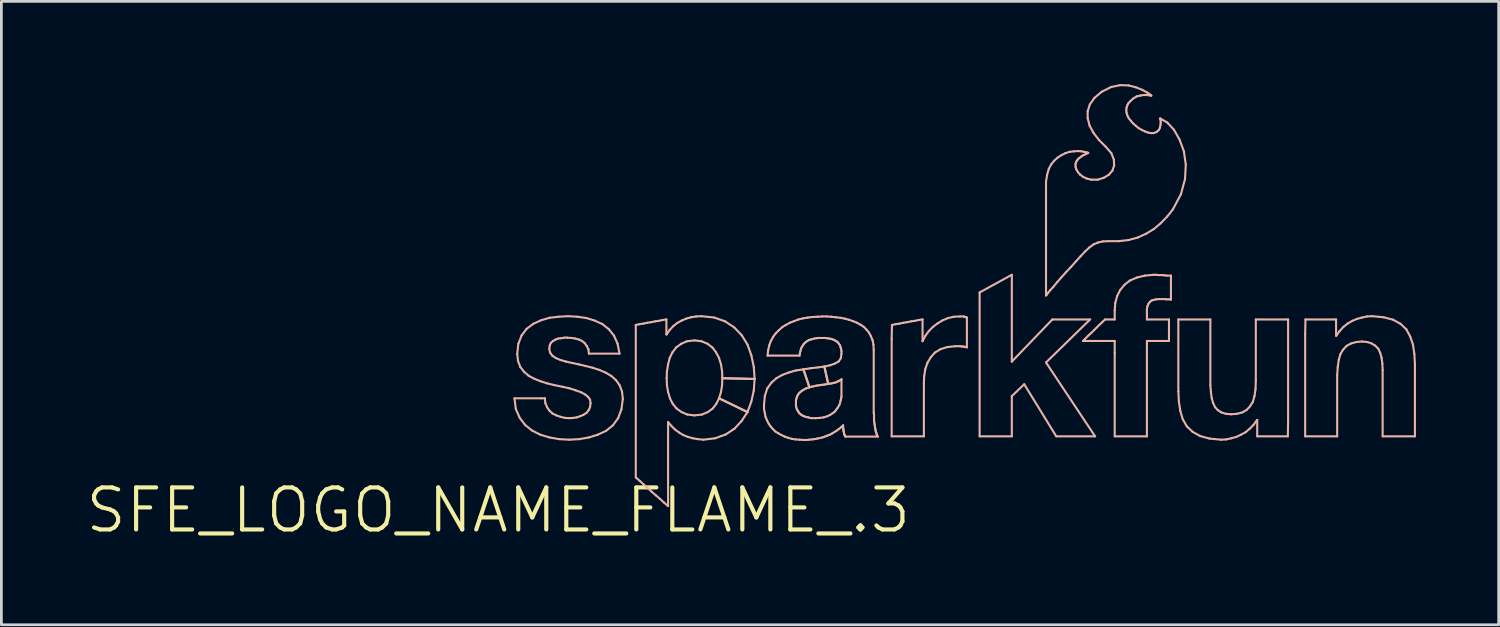
<source format=kicad_pcb>
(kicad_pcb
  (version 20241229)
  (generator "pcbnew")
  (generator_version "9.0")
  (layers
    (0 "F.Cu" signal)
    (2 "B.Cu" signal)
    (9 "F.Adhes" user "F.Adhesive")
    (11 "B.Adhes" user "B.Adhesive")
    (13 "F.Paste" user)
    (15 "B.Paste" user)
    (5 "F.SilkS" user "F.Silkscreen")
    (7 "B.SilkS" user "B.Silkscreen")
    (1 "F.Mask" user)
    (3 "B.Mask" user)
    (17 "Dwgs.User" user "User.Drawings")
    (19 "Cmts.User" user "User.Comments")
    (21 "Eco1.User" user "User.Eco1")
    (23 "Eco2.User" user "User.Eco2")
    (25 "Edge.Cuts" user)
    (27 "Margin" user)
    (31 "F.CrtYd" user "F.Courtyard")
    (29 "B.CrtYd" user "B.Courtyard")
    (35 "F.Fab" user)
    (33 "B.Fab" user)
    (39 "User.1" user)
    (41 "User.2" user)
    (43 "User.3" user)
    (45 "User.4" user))
  (footprint "SFE_LOGO_NAME_FLAME_.3"
    (layer "F.Cu")
    (at 15.022 15.456)
    (property "Reference" "SFE_LOGO_NAME_FLAME_.3" (at 0 0 0) (layer "F.SilkS") (effects (font (size 1.524 1.524) (thickness 0.15))))
    (attr exclude_from_pos_files exclude_from_bom)
    (fp_line (start 0.589 -4.059) (end 1.56 -4.059) (stroke (width 0.076) (type solid)) (layer "B.SilkS"))
    (fp_line (start 0.638 -3.668) (end 0.589 -4.059) (stroke (width 0.076) (type solid)) (layer "B.SilkS"))
    (fp_line (start 0.688 -5.669) (end 0.729 -6.038) (stroke (width 0.076) (type solid)) (layer "B.SilkS"))
    (fp_line (start 0.719 -5.408) (end 0.688 -5.669) (stroke (width 0.076) (type solid)) (layer "B.SilkS"))
    (fp_line (start 0.729 -6.038) (end 0.848 -6.34) (stroke (width 0.076) (type solid)) (layer "B.SilkS"))
    (fp_line (start 0.78 -3.348) (end 0.638 -3.668) (stroke (width 0.076) (type solid)) (layer "B.SilkS"))
    (fp_line (start 0.798 -5.199) (end 0.719 -5.408) (stroke (width 0.076) (type solid)) (layer "B.SilkS"))
    (fp_line (start 0.848 -6.34) (end 1.029 -6.579) (stroke (width 0.076) (type solid)) (layer "B.SilkS"))
    (fp_line (start 0.93 -5.029) (end 0.798 -5.199) (stroke (width 0.076) (type solid)) (layer "B.SilkS"))
    (fp_line (start 0.978 -3.089) (end 0.78 -3.348) (stroke (width 0.076) (type solid)) (layer "B.SilkS"))
    (fp_line (start 1.029 -6.579) (end 1.27 -6.759) (stroke (width 0.076) (type solid)) (layer "B.SilkS"))
    (fp_line (start 1.1 -4.879) (end 0.93 -5.029) (stroke (width 0.076) (type solid)) (layer "B.SilkS"))
    (fp_line (start 1.229 -2.888) (end 0.978 -3.089) (stroke (width 0.076) (type solid)) (layer "B.SilkS"))
    (fp_line (start 1.27 -6.759) (end 1.549 -6.888) (stroke (width 0.076) (type solid)) (layer "B.SilkS"))
    (fp_line (start 1.308 -4.768) (end 1.1 -4.879) (stroke (width 0.076) (type solid)) (layer "B.SilkS"))
    (fp_line (start 1.529 -4.679) (end 1.308 -4.768) (stroke (width 0.076) (type solid)) (layer "B.SilkS"))
    (fp_line (start 1.529 -2.738) (end 1.229 -2.888) (stroke (width 0.076) (type solid)) (layer "B.SilkS"))
    (fp_line (start 1.549 -6.888) (end 1.859 -6.98) (stroke (width 0.076) (type solid)) (layer "B.SilkS"))
    (fp_line (start 1.56 -4.059) (end 1.689 -4.059) (stroke (width 0.076) (type solid)) (layer "B.SilkS"))
    (fp_line (start 1.689 -4.059) (end 1.709 -3.879) (stroke (width 0.076) (type solid)) (layer "B.SilkS"))
    (fp_line (start 1.709 -3.879) (end 1.768 -3.739) (stroke (width 0.076) (type solid)) (layer "B.SilkS"))
    (fp_line (start 1.768 -3.739) (end 1.859 -3.609) (stroke (width 0.076) (type solid)) (layer "B.SilkS"))
    (fp_line (start 1.778 -4.6) (end 1.529 -4.679) (stroke (width 0.076) (type solid)) (layer "B.SilkS"))
    (fp_line (start 1.849 -5.86) (end 1.88 -5.718) (stroke (width 0.076) (type solid)) (layer "B.SilkS"))
    (fp_line (start 1.859 -6.98) (end 2.189 -7.018) (stroke (width 0.076) (type solid)) (layer "B.SilkS"))
    (fp_line (start 1.859 -3.609) (end 1.968 -3.508) (stroke (width 0.076) (type solid)) (layer "B.SilkS"))
    (fp_line (start 1.859 -2.639) (end 1.529 -2.738) (stroke (width 0.076) (type solid)) (layer "B.SilkS"))
    (fp_line (start 1.869 -5.979) (end 1.849 -5.86) (stroke (width 0.076) (type solid)) (layer "B.SilkS"))
    (fp_line (start 1.88 -5.718) (end 1.958 -5.608) (stroke (width 0.076) (type solid)) (layer "B.SilkS"))
    (fp_line (start 1.908 -6.068) (end 1.869 -5.979) (stroke (width 0.076) (type solid)) (layer "B.SilkS"))
    (fp_line (start 1.958 -5.608) (end 2.088 -5.519) (stroke (width 0.076) (type solid)) (layer "B.SilkS"))
    (fp_line (start 1.968 -3.508) (end 2.108 -3.439) (stroke (width 0.076) (type solid)) (layer "B.SilkS"))
    (fp_line (start 1.989 -6.139) (end 1.908 -6.068) (stroke (width 0.076) (type solid)) (layer "B.SilkS"))
    (fp_line (start 2.029 -4.539) (end 1.778 -4.6) (stroke (width 0.076) (type solid)) (layer "B.SilkS"))
    (fp_line (start 2.078 -6.19) (end 1.989 -6.139) (stroke (width 0.076) (type solid)) (layer "B.SilkS"))
    (fp_line (start 2.088 -5.519) (end 2.258 -5.448) (stroke (width 0.076) (type solid)) (layer "B.SilkS"))
    (fp_line (start 2.108 -3.439) (end 2.258 -3.388) (stroke (width 0.076) (type solid)) (layer "B.SilkS"))
    (fp_line (start 2.179 -6.228) (end 2.078 -6.19) (stroke (width 0.076) (type solid)) (layer "B.SilkS"))
    (fp_line (start 2.189 -7.018) (end 2.53 -7.038) (stroke (width 0.076) (type solid)) (layer "B.SilkS"))
    (fp_line (start 2.21 -2.578) (end 1.859 -2.639) (stroke (width 0.076) (type solid)) (layer "B.SilkS"))
    (fp_line (start 2.258 -5.448) (end 2.459 -5.39) (stroke (width 0.076) (type solid)) (layer "B.SilkS"))
    (fp_line (start 2.258 -3.388) (end 2.418 -3.348) (stroke (width 0.076) (type solid)) (layer "B.SilkS"))
    (fp_line (start 2.289 -6.238) (end 2.179 -6.228) (stroke (width 0.076) (type solid)) (layer "B.SilkS"))
    (fp_line (start 2.329 -4.478) (end 2.029 -4.539) (stroke (width 0.076) (type solid)) (layer "B.SilkS"))
    (fp_line (start 2.398 -6.259) (end 2.289 -6.238) (stroke (width 0.076) (type solid)) (layer "B.SilkS"))
    (fp_line (start 2.418 -3.348) (end 2.588 -3.338) (stroke (width 0.076) (type solid)) (layer "B.SilkS"))
    (fp_line (start 2.459 -5.39) (end 2.69 -5.339) (stroke (width 0.076) (type solid)) (layer "B.SilkS"))
    (fp_line (start 2.499 -6.259) (end 2.398 -6.259) (stroke (width 0.076) (type solid)) (layer "B.SilkS"))
    (fp_line (start 2.53 -7.038) (end 2.868 -7.018) (stroke (width 0.076) (type solid)) (layer "B.SilkS"))
    (fp_line (start 2.578 -2.558) (end 2.21 -2.578) (stroke (width 0.076) (type solid)) (layer "B.SilkS"))
    (fp_line (start 2.588 -4.42) (end 2.329 -4.478) (stroke (width 0.076) (type solid)) (layer "B.SilkS"))
    (fp_line (start 2.588 -3.338) (end 2.718 -3.348) (stroke (width 0.076) (type solid)) (layer "B.SilkS"))
    (fp_line (start 2.649 -6.248) (end 2.499 -6.259) (stroke (width 0.076) (type solid)) (layer "B.SilkS"))
    (fp_line (start 2.69 -5.339) (end 2.929 -5.288) (stroke (width 0.076) (type solid)) (layer "B.SilkS"))
    (fp_line (start 2.718 -3.348) (end 2.85 -3.368) (stroke (width 0.076) (type solid)) (layer "B.SilkS"))
    (fp_line (start 2.789 -6.228) (end 2.649 -6.248) (stroke (width 0.076) (type solid)) (layer "B.SilkS"))
    (fp_line (start 2.809 -4.348) (end 2.588 -4.42) (stroke (width 0.076) (type solid)) (layer "B.SilkS"))
    (fp_line (start 2.85 -3.368) (end 2.969 -3.409) (stroke (width 0.076) (type solid)) (layer "B.SilkS"))
    (fp_line (start 2.868 -7.018) (end 3.198 -6.97) (stroke (width 0.076) (type solid)) (layer "B.SilkS"))
    (fp_line (start 2.929 -6.19) (end 2.789 -6.228) (stroke (width 0.076) (type solid)) (layer "B.SilkS"))
    (fp_line (start 2.929 -5.288) (end 3.17 -5.23) (stroke (width 0.076) (type solid)) (layer "B.SilkS"))
    (fp_line (start 2.939 -2.578) (end 2.578 -2.558) (stroke (width 0.076) (type solid)) (layer "B.SilkS"))
    (fp_line (start 2.969 -3.409) (end 3.089 -3.459) (stroke (width 0.076) (type solid)) (layer "B.SilkS"))
    (fp_line (start 3 -4.28) (end 2.809 -4.348) (stroke (width 0.076) (type solid)) (layer "B.SilkS"))
    (fp_line (start 3.038 -6.139) (end 2.929 -6.19) (stroke (width 0.076) (type solid)) (layer "B.SilkS"))
    (fp_line (start 3.089 -3.459) (end 3.198 -3.528) (stroke (width 0.076) (type solid)) (layer "B.SilkS"))
    (fp_line (start 3.139 -6.058) (end 3.038 -6.139) (stroke (width 0.076) (type solid)) (layer "B.SilkS"))
    (fp_line (start 3.15 -4.199) (end 3 -4.28) (stroke (width 0.076) (type solid)) (layer "B.SilkS"))
    (fp_line (start 3.17 -5.23) (end 3.419 -5.169) (stroke (width 0.076) (type solid)) (layer "B.SilkS"))
    (fp_line (start 3.198 -6.97) (end 3.498 -6.878) (stroke (width 0.076) (type solid)) (layer "B.SilkS"))
    (fp_line (start 3.198 -3.528) (end 3.279 -3.63) (stroke (width 0.076) (type solid)) (layer "B.SilkS"))
    (fp_line (start 3.208 -5.959) (end 3.139 -6.058) (stroke (width 0.076) (type solid)) (layer "B.SilkS"))
    (fp_line (start 3.259 -4.11) (end 3.15 -4.199) (stroke (width 0.076) (type solid)) (layer "B.SilkS"))
    (fp_line (start 3.269 -5.839) (end 3.208 -5.959) (stroke (width 0.076) (type solid)) (layer "B.SilkS"))
    (fp_line (start 3.279 -3.63) (end 3.33 -3.739) (stroke (width 0.076) (type solid)) (layer "B.SilkS"))
    (fp_line (start 3.289 -5.679) (end 3.269 -5.839) (stroke (width 0.076) (type solid)) (layer "B.SilkS"))
    (fp_line (start 3.289 -2.639) (end 2.939 -2.578) (stroke (width 0.076) (type solid)) (layer "B.SilkS"))
    (fp_line (start 3.33 -4.008) (end 3.259 -4.11) (stroke (width 0.076) (type solid)) (layer "B.SilkS"))
    (fp_line (start 3.33 -3.739) (end 3.348 -3.879) (stroke (width 0.076) (type solid)) (layer "B.SilkS"))
    (fp_line (start 3.348 -3.879) (end 3.33 -4.008) (stroke (width 0.076) (type solid)) (layer "B.SilkS"))
    (fp_line (start 3.419 -5.169) (end 3.668 -5.088) (stroke (width 0.076) (type solid)) (layer "B.SilkS"))
    (fp_line (start 3.498 -6.878) (end 3.78 -6.749) (stroke (width 0.076) (type solid)) (layer "B.SilkS"))
    (fp_line (start 3.609 -2.738) (end 3.289 -2.639) (stroke (width 0.076) (type solid)) (layer "B.SilkS"))
    (fp_line (start 3.668 -5.088) (end 3.899 -4.989) (stroke (width 0.076) (type solid)) (layer "B.SilkS"))
    (fp_line (start 3.78 -6.749) (end 4.008 -6.568) (stroke (width 0.076) (type solid)) (layer "B.SilkS"))
    (fp_line (start 3.899 -4.989) (end 4.1 -4.869) (stroke (width 0.076) (type solid)) (layer "B.SilkS"))
    (fp_line (start 3.909 -2.878) (end 3.609 -2.738) (stroke (width 0.076) (type solid)) (layer "B.SilkS"))
    (fp_line (start 4.008 -6.568) (end 4.199 -6.33) (stroke (width 0.076) (type solid)) (layer "B.SilkS"))
    (fp_line (start 4.1 -4.869) (end 4.27 -4.719) (stroke (width 0.076) (type solid)) (layer "B.SilkS"))
    (fp_line (start 4.158 -3.078) (end 3.909 -2.878) (stroke (width 0.076) (type solid)) (layer "B.SilkS"))
    (fp_line (start 4.199 -6.33) (end 4.328 -6.038) (stroke (width 0.076) (type solid)) (layer "B.SilkS"))
    (fp_line (start 4.27 -4.719) (end 4.399 -4.539) (stroke (width 0.076) (type solid)) (layer "B.SilkS"))
    (fp_line (start 4.328 -6.038) (end 4.399 -5.679) (stroke (width 0.076) (type solid)) (layer "B.SilkS"))
    (fp_line (start 4.348 -3.338) (end 4.158 -3.078) (stroke (width 0.076) (type solid)) (layer "B.SilkS"))
    (fp_line (start 4.399 -5.679) (end 3.289 -5.679) (stroke (width 0.076) (type solid)) (layer "B.SilkS"))
    (fp_line (start 4.399 -4.539) (end 4.488 -4.308) (stroke (width 0.076) (type solid)) (layer "B.SilkS"))
    (fp_line (start 4.468 -3.658) (end 4.348 -3.338) (stroke (width 0.076) (type solid)) (layer "B.SilkS"))
    (fp_line (start 4.488 -4.308) (end 4.519 -4.039) (stroke (width 0.076) (type solid)) (layer "B.SilkS"))
    (fp_line (start 4.519 -4.039) (end 4.468 -3.658) (stroke (width 0.076) (type solid)) (layer "B.SilkS"))
    (fp_line (start 4.989 -6.718) (end 5.128 -6.749) (stroke (width 0.076) (type solid)) (layer "B.SilkS"))
    (fp_line (start 4.989 -1.189) (end 4.989 -6.718) (stroke (width 0.076) (type solid)) (layer "B.SilkS"))
    (fp_line (start 5.128 -6.749) (end 5.268 -6.769) (stroke (width 0.076) (type solid)) (layer "B.SilkS"))
    (fp_line (start 5.138 -1.059) (end 4.989 -1.189) (stroke (width 0.076) (type solid)) (layer "B.SilkS"))
    (fp_line (start 5.268 -6.769) (end 5.408 -6.8) (stroke (width 0.076) (type solid)) (layer "B.SilkS"))
    (fp_line (start 5.278 -0.93) (end 5.138 -1.059) (stroke (width 0.076) (type solid)) (layer "B.SilkS"))
    (fp_line (start 5.408 -6.8) (end 5.55 -6.82) (stroke (width 0.076) (type solid)) (layer "B.SilkS"))
    (fp_line (start 5.428 -0.798) (end 5.278 -0.93) (stroke (width 0.076) (type solid)) (layer "B.SilkS"))
    (fp_line (start 5.55 -6.82) (end 5.679 -6.848) (stroke (width 0.076) (type solid)) (layer "B.SilkS"))
    (fp_line (start 5.568 -0.668) (end 5.428 -0.798) (stroke (width 0.076) (type solid)) (layer "B.SilkS"))
    (fp_line (start 5.679 -6.848) (end 5.819 -6.868) (stroke (width 0.076) (type solid)) (layer "B.SilkS"))
    (fp_line (start 5.718 -0.538) (end 5.568 -0.668) (stroke (width 0.076) (type solid)) (layer "B.SilkS"))
    (fp_line (start 5.819 -6.868) (end 5.959 -6.899) (stroke (width 0.076) (type solid)) (layer "B.SilkS"))
    (fp_line (start 5.87 -0.409) (end 5.718 -0.538) (stroke (width 0.076) (type solid)) (layer "B.SilkS"))
    (fp_line (start 5.959 -6.899) (end 6.099 -6.919) (stroke (width 0.076) (type solid)) (layer "B.SilkS"))
    (fp_line (start 6.01 -0.279) (end 5.87 -0.409) (stroke (width 0.076) (type solid)) (layer "B.SilkS"))
    (fp_line (start 6.099 -6.919) (end 6.099 -6.378) (stroke (width 0.076) (type solid)) (layer "B.SilkS"))
    (fp_line (start 6.099 -6.378) (end 6.109 -6.378) (stroke (width 0.076) (type solid)) (layer "B.SilkS"))
    (fp_line (start 6.109 -6.378) (end 6.218 -6.538) (stroke (width 0.076) (type solid)) (layer "B.SilkS"))
    (fp_line (start 6.109 -4.788) (end 6.119 -4.529) (stroke (width 0.076) (type solid)) (layer "B.SilkS"))
    (fp_line (start 6.119 -5.039) (end 6.109 -4.788) (stroke (width 0.076) (type solid)) (layer "B.SilkS"))
    (fp_line (start 6.119 -4.529) (end 6.16 -4.288) (stroke (width 0.076) (type solid)) (layer "B.SilkS"))
    (fp_line (start 6.16 -5.288) (end 6.119 -5.039) (stroke (width 0.076) (type solid)) (layer "B.SilkS"))
    (fp_line (start 6.16 -4.288) (end 6.228 -4.059) (stroke (width 0.076) (type solid)) (layer "B.SilkS"))
    (fp_line (start 6.16 -3.198) (end 6.16 -0.15) (stroke (width 0.076) (type solid)) (layer "B.SilkS"))
    (fp_line (start 6.16 -0.15) (end 6.01 -0.279) (stroke (width 0.076) (type solid)) (layer "B.SilkS"))
    (fp_line (start 6.218 -6.538) (end 6.35 -6.678) (stroke (width 0.076) (type solid)) (layer "B.SilkS"))
    (fp_line (start 6.218 -5.519) (end 6.16 -5.288) (stroke (width 0.076) (type solid)) (layer "B.SilkS"))
    (fp_line (start 6.228 -4.059) (end 6.33 -3.858) (stroke (width 0.076) (type solid)) (layer "B.SilkS"))
    (fp_line (start 6.279 -3.058) (end 6.16 -3.198) (stroke (width 0.076) (type solid)) (layer "B.SilkS"))
    (fp_line (start 6.32 -5.728) (end 6.218 -5.519) (stroke (width 0.076) (type solid)) (layer "B.SilkS"))
    (fp_line (start 6.33 -3.858) (end 6.469 -3.688) (stroke (width 0.076) (type solid)) (layer "B.SilkS"))
    (fp_line (start 6.35 -6.678) (end 6.49 -6.789) (stroke (width 0.076) (type solid)) (layer "B.SilkS"))
    (fp_line (start 6.408 -2.929) (end 6.279 -3.058) (stroke (width 0.076) (type solid)) (layer "B.SilkS"))
    (fp_line (start 6.459 -5.908) (end 6.32 -5.728) (stroke (width 0.076) (type solid)) (layer "B.SilkS"))
    (fp_line (start 6.469 -3.688) (end 6.65 -3.559) (stroke (width 0.076) (type solid)) (layer "B.SilkS"))
    (fp_line (start 6.49 -6.789) (end 6.65 -6.878) (stroke (width 0.076) (type solid)) (layer "B.SilkS"))
    (fp_line (start 6.558 -2.819) (end 6.408 -2.929) (stroke (width 0.076) (type solid)) (layer "B.SilkS"))
    (fp_line (start 6.64 -6.038) (end 6.459 -5.908) (stroke (width 0.076) (type solid)) (layer "B.SilkS"))
    (fp_line (start 6.65 -6.878) (end 6.82 -6.949) (stroke (width 0.076) (type solid)) (layer "B.SilkS"))
    (fp_line (start 6.65 -3.559) (end 6.858 -3.47) (stroke (width 0.076) (type solid)) (layer "B.SilkS"))
    (fp_line (start 6.708 -2.728) (end 6.558 -2.819) (stroke (width 0.076) (type solid)) (layer "B.SilkS"))
    (fp_line (start 6.82 -6.949) (end 6.988 -6.998) (stroke (width 0.076) (type solid)) (layer "B.SilkS"))
    (fp_line (start 6.848 -6.129) (end 6.64 -6.038) (stroke (width 0.076) (type solid)) (layer "B.SilkS"))
    (fp_line (start 6.858 -3.47) (end 7.12 -3.439) (stroke (width 0.076) (type solid)) (layer "B.SilkS"))
    (fp_line (start 6.878 -2.659) (end 6.708 -2.728) (stroke (width 0.076) (type solid)) (layer "B.SilkS"))
    (fp_line (start 6.988 -6.998) (end 7.178 -7.028) (stroke (width 0.076) (type solid)) (layer "B.SilkS"))
    (fp_line (start 7.059 -2.609) (end 6.878 -2.659) (stroke (width 0.076) (type solid)) (layer "B.SilkS"))
    (fp_line (start 7.12 -6.16) (end 6.848 -6.129) (stroke (width 0.076) (type solid)) (layer "B.SilkS"))
    (fp_line (start 7.12 -3.439) (end 7.389 -3.47) (stroke (width 0.076) (type solid)) (layer "B.SilkS"))
    (fp_line (start 7.178 -7.028) (end 7.369 -7.038) (stroke (width 0.076) (type solid)) (layer "B.SilkS"))
    (fp_line (start 7.239 -2.578) (end 7.059 -2.609) (stroke (width 0.076) (type solid)) (layer "B.SilkS"))
    (fp_line (start 7.369 -7.038) (end 7.838 -6.988) (stroke (width 0.076) (type solid)) (layer "B.SilkS"))
    (fp_line (start 7.369 -6.129) (end 7.12 -6.16) (stroke (width 0.076) (type solid)) (layer "B.SilkS"))
    (fp_line (start 7.389 -3.47) (end 7.6 -3.559) (stroke (width 0.076) (type solid)) (layer "B.SilkS"))
    (fp_line (start 7.44 -2.558) (end 7.239 -2.578) (stroke (width 0.076) (type solid)) (layer "B.SilkS"))
    (fp_line (start 7.59 -6.038) (end 7.369 -6.129) (stroke (width 0.076) (type solid)) (layer "B.SilkS"))
    (fp_line (start 7.6 -3.559) (end 7.777 -3.688) (stroke (width 0.076) (type solid)) (layer "B.SilkS"))
    (fp_line (start 7.77 -5.898) (end 7.59 -6.038) (stroke (width 0.076) (type solid)) (layer "B.SilkS"))
    (fp_line (start 7.777 -3.688) (end 7.91 -3.858) (stroke (width 0.076) (type solid)) (layer "B.SilkS"))
    (fp_line (start 7.838 -6.988) (end 8.23 -6.848) (stroke (width 0.076) (type solid)) (layer "B.SilkS"))
    (fp_line (start 7.869 -2.609) (end 7.44 -2.558) (stroke (width 0.076) (type solid)) (layer "B.SilkS"))
    (fp_line (start 7.899 -5.728) (end 7.77 -5.898) (stroke (width 0.076) (type solid)) (layer "B.SilkS"))
    (fp_line (start 7.91 -3.858) (end 8.009 -4.059) (stroke (width 0.076) (type solid)) (layer "B.SilkS"))
    (fp_line (start 8.009 -5.519) (end 7.899 -5.728) (stroke (width 0.076) (type solid)) (layer "B.SilkS"))
    (fp_line (start 8.009 -4.059) (end 8.08 -4.288) (stroke (width 0.076) (type solid)) (layer "B.SilkS"))
    (fp_line (start 8.009 -4.059) (end 9.04 -3.559) (stroke (width 0.076) (type solid)) (layer "B.SilkS"))
    (fp_line (start 8.08 -5.288) (end 8.009 -5.519) (stroke (width 0.076) (type solid)) (layer "B.SilkS"))
    (fp_line (start 8.08 -4.288) (end 8.118 -4.529) (stroke (width 0.076) (type solid)) (layer "B.SilkS"))
    (fp_line (start 8.118 -5.039) (end 8.08 -5.288) (stroke (width 0.076) (type solid)) (layer "B.SilkS"))
    (fp_line (start 8.118 -4.529) (end 8.128 -4.788) (stroke (width 0.076) (type solid)) (layer "B.SilkS"))
    (fp_line (start 8.128 -4.788) (end 8.118 -5.039) (stroke (width 0.076) (type solid)) (layer "B.SilkS"))
    (fp_line (start 8.128 -4.788) (end 9.299 -4.76) (stroke (width 0.076) (type solid)) (layer "B.SilkS"))
    (fp_line (start 8.23 -6.848) (end 8.56 -6.629) (stroke (width 0.076) (type solid)) (layer "B.SilkS"))
    (fp_line (start 8.25 -2.748) (end 7.869 -2.609) (stroke (width 0.076) (type solid)) (layer "B.SilkS"))
    (fp_line (start 8.56 -6.629) (end 8.829 -6.35) (stroke (width 0.076) (type solid)) (layer "B.SilkS"))
    (fp_line (start 8.57 -2.959) (end 8.25 -2.748) (stroke (width 0.076) (type solid)) (layer "B.SilkS"))
    (fp_line (start 8.829 -6.35) (end 9.04 -6.01) (stroke (width 0.076) (type solid)) (layer "B.SilkS"))
    (fp_line (start 8.829 -3.239) (end 8.57 -2.959) (stroke (width 0.076) (type solid)) (layer "B.SilkS"))
    (fp_line (start 9.04 -6.01) (end 9.18 -5.618) (stroke (width 0.076) (type solid)) (layer "B.SilkS"))
    (fp_line (start 9.04 -3.559) (end 8.009 -4.059) (stroke (width 0.076) (type solid)) (layer "B.SilkS"))
    (fp_line (start 9.04 -3.559) (end 8.829 -3.239) (stroke (width 0.076) (type solid)) (layer "B.SilkS"))
    (fp_line (start 9.18 -5.618) (end 9.268 -5.199) (stroke (width 0.076) (type solid)) (layer "B.SilkS"))
    (fp_line (start 9.18 -3.94) (end 9.04 -3.559) (stroke (width 0.076) (type solid)) (layer "B.SilkS"))
    (fp_line (start 9.268 -5.199) (end 9.299 -4.76) (stroke (width 0.076) (type solid)) (layer "B.SilkS"))
    (fp_line (start 9.268 -4.338) (end 9.18 -3.94) (stroke (width 0.076) (type solid)) (layer "B.SilkS"))
    (fp_line (start 9.299 -4.76) (end 8.128 -4.788) (stroke (width 0.076) (type solid)) (layer "B.SilkS"))
    (fp_line (start 9.299 -4.76) (end 9.268 -4.338) (stroke (width 0.076) (type solid)) (layer "B.SilkS"))
    (fp_line (start 9.639 -3.818) (end 9.67 -4.148) (stroke (width 0.076) (type solid)) (layer "B.SilkS"))
    (fp_line (start 9.639 -3.668) (end 9.639 -3.818) (stroke (width 0.076) (type solid)) (layer "B.SilkS"))
    (fp_line (start 9.67 -4.148) (end 9.759 -4.42) (stroke (width 0.076) (type solid)) (layer "B.SilkS"))
    (fp_line (start 9.67 -3.518) (end 9.639 -3.668) (stroke (width 0.076) (type solid)) (layer "B.SilkS"))
    (fp_line (start 9.698 -3.378) (end 9.67 -3.518) (stroke (width 0.076) (type solid)) (layer "B.SilkS"))
    (fp_line (start 9.749 -3.259) (end 9.698 -3.378) (stroke (width 0.076) (type solid)) (layer "B.SilkS"))
    (fp_line (start 9.759 -4.42) (end 9.909 -4.628) (stroke (width 0.076) (type solid)) (layer "B.SilkS"))
    (fp_line (start 9.769 -5.608) (end 9.789 -5.799) (stroke (width 0.076) (type solid)) (layer "B.SilkS"))
    (fp_line (start 9.789 -5.799) (end 9.83 -5.979) (stroke (width 0.076) (type solid)) (layer "B.SilkS"))
    (fp_line (start 9.809 -3.139) (end 9.749 -3.259) (stroke (width 0.076) (type solid)) (layer "B.SilkS"))
    (fp_line (start 9.83 -5.979) (end 9.888 -6.139) (stroke (width 0.076) (type solid)) (layer "B.SilkS"))
    (fp_line (start 9.878 -3.038) (end 9.809 -3.139) (stroke (width 0.076) (type solid)) (layer "B.SilkS"))
    (fp_line (start 9.888 -6.139) (end 9.97 -6.289) (stroke (width 0.076) (type solid)) (layer "B.SilkS"))
    (fp_line (start 9.909 -4.628) (end 10.089 -4.788) (stroke (width 0.076) (type solid)) (layer "B.SilkS"))
    (fp_line (start 9.959 -2.949) (end 9.878 -3.038) (stroke (width 0.076) (type solid)) (layer "B.SilkS"))
    (fp_line (start 9.97 -6.289) (end 10.069 -6.419) (stroke (width 0.076) (type solid)) (layer "B.SilkS"))
    (fp_line (start 10.048 -2.857) (end 9.959 -2.949) (stroke (width 0.076) (type solid)) (layer "B.SilkS"))
    (fp_line (start 10.069 -6.419) (end 10.178 -6.528) (stroke (width 0.076) (type solid)) (layer "B.SilkS"))
    (fp_line (start 10.089 -4.788) (end 10.31 -4.91) (stroke (width 0.076) (type solid)) (layer "B.SilkS"))
    (fp_line (start 10.16 -2.789) (end 10.048 -2.857) (stroke (width 0.076) (type solid)) (layer "B.SilkS"))
    (fp_line (start 10.178 -6.528) (end 10.3 -6.64) (stroke (width 0.076) (type solid)) (layer "B.SilkS"))
    (fp_line (start 10.269 -2.728) (end 10.16 -2.789) (stroke (width 0.076) (type solid)) (layer "B.SilkS"))
    (fp_line (start 10.3 -6.64) (end 10.429 -6.718) (stroke (width 0.076) (type solid)) (layer "B.SilkS"))
    (fp_line (start 10.31 -4.91) (end 10.549 -4.999) (stroke (width 0.076) (type solid)) (layer "B.SilkS"))
    (fp_line (start 10.389 -2.67) (end 10.269 -2.728) (stroke (width 0.076) (type solid)) (layer "B.SilkS"))
    (fp_line (start 10.429 -6.718) (end 10.579 -6.8) (stroke (width 0.076) (type solid)) (layer "B.SilkS"))
    (fp_line (start 10.508 -2.629) (end 10.389 -2.67) (stroke (width 0.076) (type solid)) (layer "B.SilkS"))
    (fp_line (start 10.549 -4.999) (end 10.798 -5.07) (stroke (width 0.076) (type solid)) (layer "B.SilkS"))
    (fp_line (start 10.579 -6.8) (end 10.729 -6.858) (stroke (width 0.076) (type solid)) (layer "B.SilkS"))
    (fp_line (start 10.648 -2.588) (end 10.508 -2.629) (stroke (width 0.076) (type solid)) (layer "B.SilkS"))
    (fp_line (start 10.729 -6.858) (end 10.889 -6.919) (stroke (width 0.076) (type solid)) (layer "B.SilkS"))
    (fp_line (start 10.78 -2.568) (end 10.648 -2.588) (stroke (width 0.076) (type solid)) (layer "B.SilkS"))
    (fp_line (start 10.798 -5.07) (end 11.069 -5.108) (stroke (width 0.076) (type solid)) (layer "B.SilkS"))
    (fp_line (start 10.798 -3.96) (end 10.798 -3.81) (stroke (width 0.076) (type solid)) (layer "B.SilkS"))
    (fp_line (start 10.798 -3.81) (end 10.808 -3.739) (stroke (width 0.076) (type solid)) (layer "B.SilkS"))
    (fp_line (start 10.808 -4.028) (end 10.798 -3.96) (stroke (width 0.076) (type solid)) (layer "B.SilkS"))
    (fp_line (start 10.808 -3.739) (end 10.828 -3.668) (stroke (width 0.076) (type solid)) (layer "B.SilkS"))
    (fp_line (start 10.828 -4.089) (end 10.808 -4.028) (stroke (width 0.076) (type solid)) (layer "B.SilkS"))
    (fp_line (start 10.828 -3.668) (end 10.858 -3.619) (stroke (width 0.076) (type solid)) (layer "B.SilkS"))
    (fp_line (start 10.848 -4.148) (end 10.828 -4.089) (stroke (width 0.076) (type solid)) (layer "B.SilkS"))
    (fp_line (start 10.858 -3.619) (end 10.889 -3.569) (stroke (width 0.076) (type solid)) (layer "B.SilkS"))
    (fp_line (start 10.879 -4.199) (end 10.848 -4.148) (stroke (width 0.076) (type solid)) (layer "B.SilkS"))
    (fp_line (start 10.889 -6.919) (end 11.059 -6.96) (stroke (width 0.076) (type solid)) (layer "B.SilkS"))
    (fp_line (start 10.889 -3.569) (end 10.919 -3.518) (stroke (width 0.076) (type solid)) (layer "B.SilkS"))
    (fp_line (start 10.919 -4.249) (end 10.879 -4.199) (stroke (width 0.076) (type solid)) (layer "B.SilkS"))
    (fp_line (start 10.919 -3.518) (end 10.968 -3.48) (stroke (width 0.076) (type solid)) (layer "B.SilkS"))
    (fp_line (start 10.93 -5.608) (end 9.769 -5.608) (stroke (width 0.076) (type solid)) (layer "B.SilkS"))
    (fp_line (start 10.93 -2.558) (end 10.78 -2.568) (stroke (width 0.076) (type solid)) (layer "B.SilkS"))
    (fp_line (start 10.94 -5.69) (end 10.93 -5.608) (stroke (width 0.076) (type solid)) (layer "B.SilkS"))
    (fp_line (start 10.958 -5.768) (end 10.94 -5.69) (stroke (width 0.076) (type solid)) (layer "B.SilkS"))
    (fp_line (start 10.958 -4.288) (end 10.919 -4.249) (stroke (width 0.076) (type solid)) (layer "B.SilkS"))
    (fp_line (start 10.968 -3.48) (end 11.008 -3.449) (stroke (width 0.076) (type solid)) (layer "B.SilkS"))
    (fp_line (start 10.978 -5.839) (end 10.958 -5.768) (stroke (width 0.076) (type solid)) (layer "B.SilkS"))
    (fp_line (start 10.998 -5.898) (end 10.978 -5.839) (stroke (width 0.076) (type solid)) (layer "B.SilkS"))
    (fp_line (start 11.008 -4.328) (end 10.958 -4.288) (stroke (width 0.076) (type solid)) (layer "B.SilkS"))
    (fp_line (start 11.008 -3.449) (end 11.059 -3.419) (stroke (width 0.076) (type solid)) (layer "B.SilkS"))
    (fp_line (start 11.039 -5.959) (end 10.998 -5.898) (stroke (width 0.076) (type solid)) (layer "B.SilkS"))
    (fp_line (start 11.059 -6.96) (end 11.229 -6.988) (stroke (width 0.076) (type solid)) (layer "B.SilkS"))
    (fp_line (start 11.059 -4.359) (end 11.008 -4.328) (stroke (width 0.076) (type solid)) (layer "B.SilkS"))
    (fp_line (start 11.059 -3.419) (end 11.118 -3.399) (stroke (width 0.076) (type solid)) (layer "B.SilkS"))
    (fp_line (start 11.069 -6.01) (end 11.039 -5.959) (stroke (width 0.076) (type solid)) (layer "B.SilkS"))
    (fp_line (start 11.069 -5.108) (end 11.288 -4.458) (stroke (width 0.076) (type solid)) (layer "B.SilkS"))
    (fp_line (start 11.069 -5.108) (end 11.328 -5.149) (stroke (width 0.076) (type solid)) (layer "B.SilkS"))
    (fp_line (start 11.079 -2.548) (end 10.93 -2.558) (stroke (width 0.076) (type solid)) (layer "B.SilkS"))
    (fp_line (start 11.11 -6.058) (end 11.069 -6.01) (stroke (width 0.076) (type solid)) (layer "B.SilkS"))
    (fp_line (start 11.11 -4.389) (end 11.059 -4.359) (stroke (width 0.076) (type solid)) (layer "B.SilkS"))
    (fp_line (start 11.118 -3.399) (end 11.179 -3.378) (stroke (width 0.076) (type solid)) (layer "B.SilkS"))
    (fp_line (start 11.158 -6.099) (end 11.11 -6.058) (stroke (width 0.076) (type solid)) (layer "B.SilkS"))
    (fp_line (start 11.168 -4.42) (end 11.11 -4.389) (stroke (width 0.076) (type solid)) (layer "B.SilkS"))
    (fp_line (start 11.179 -3.378) (end 11.239 -3.368) (stroke (width 0.076) (type solid)) (layer "B.SilkS"))
    (fp_line (start 11.179 -2.548) (end 11.079 -2.548) (stroke (width 0.076) (type solid)) (layer "B.SilkS"))
    (fp_line (start 11.209 -6.139) (end 11.158 -6.099) (stroke (width 0.076) (type solid)) (layer "B.SilkS"))
    (fp_line (start 11.229 -6.988) (end 11.4 -7.008) (stroke (width 0.076) (type solid)) (layer "B.SilkS"))
    (fp_line (start 11.229 -4.44) (end 11.168 -4.42) (stroke (width 0.076) (type solid)) (layer "B.SilkS"))
    (fp_line (start 11.239 -3.368) (end 11.308 -3.348) (stroke (width 0.076) (type solid)) (layer "B.SilkS"))
    (fp_line (start 11.27 -6.17) (end 11.209 -6.139) (stroke (width 0.076) (type solid)) (layer "B.SilkS"))
    (fp_line (start 11.278 -2.558) (end 11.179 -2.548) (stroke (width 0.076) (type solid)) (layer "B.SilkS"))
    (fp_line (start 11.288 -4.458) (end 11.069 -5.108) (stroke (width 0.076) (type solid)) (layer "B.SilkS"))
    (fp_line (start 11.288 -4.458) (end 11.229 -4.44) (stroke (width 0.076) (type solid)) (layer "B.SilkS"))
    (fp_line (start 11.308 -3.348) (end 11.369 -3.338) (stroke (width 0.076) (type solid)) (layer "B.SilkS"))
    (fp_line (start 11.328 -6.19) (end 11.27 -6.17) (stroke (width 0.076) (type solid)) (layer "B.SilkS"))
    (fp_line (start 11.328 -5.149) (end 11.587 -5.179) (stroke (width 0.076) (type solid)) (layer "B.SilkS"))
    (fp_line (start 11.349 -4.478) (end 11.288 -4.458) (stroke (width 0.076) (type solid)) (layer "B.SilkS"))
    (fp_line (start 11.369 -3.338) (end 11.509 -3.338) (stroke (width 0.076) (type solid)) (layer "B.SilkS"))
    (fp_line (start 11.379 -2.568) (end 11.278 -2.558) (stroke (width 0.076) (type solid)) (layer "B.SilkS"))
    (fp_line (start 11.4 -7.008) (end 11.58 -7.018) (stroke (width 0.076) (type solid)) (layer "B.SilkS"))
    (fp_line (start 11.4 -6.208) (end 11.328 -6.19) (stroke (width 0.076) (type solid)) (layer "B.SilkS"))
    (fp_line (start 11.42 -4.488) (end 11.349 -4.478) (stroke (width 0.076) (type solid)) (layer "B.SilkS"))
    (fp_line (start 11.468 -6.228) (end 11.4 -6.208) (stroke (width 0.076) (type solid)) (layer "B.SilkS"))
    (fp_line (start 11.468 -2.578) (end 11.379 -2.568) (stroke (width 0.076) (type solid)) (layer "B.SilkS"))
    (fp_line (start 11.488 -4.508) (end 11.42 -4.488) (stroke (width 0.076) (type solid)) (layer "B.SilkS"))
    (fp_line (start 11.509 -3.338) (end 11.669 -3.348) (stroke (width 0.076) (type solid)) (layer "B.SilkS"))
    (fp_line (start 11.539 -6.238) (end 11.468 -6.228) (stroke (width 0.076) (type solid)) (layer "B.SilkS"))
    (fp_line (start 11.549 -4.519) (end 11.488 -4.508) (stroke (width 0.076) (type solid)) (layer "B.SilkS"))
    (fp_line (start 11.57 -2.598) (end 11.468 -2.578) (stroke (width 0.076) (type solid)) (layer "B.SilkS"))
    (fp_line (start 11.58 -7.018) (end 11.758 -7.028) (stroke (width 0.076) (type solid)) (layer "B.SilkS"))
    (fp_line (start 11.587 -5.179) (end 11.829 -5.21) (stroke (width 0.076) (type solid)) (layer "B.SilkS"))
    (fp_line (start 11.618 -6.248) (end 11.539 -6.238) (stroke (width 0.076) (type solid)) (layer "B.SilkS"))
    (fp_line (start 11.618 -4.529) (end 11.549 -4.519) (stroke (width 0.076) (type solid)) (layer "B.SilkS"))
    (fp_line (start 11.669 -3.348) (end 11.808 -3.368) (stroke (width 0.076) (type solid)) (layer "B.SilkS"))
    (fp_line (start 11.669 -2.619) (end 11.57 -2.598) (stroke (width 0.076) (type solid)) (layer "B.SilkS"))
    (fp_line (start 11.689 -4.539) (end 11.618 -4.529) (stroke (width 0.076) (type solid)) (layer "B.SilkS"))
    (fp_line (start 11.758 -7.028) (end 11.918 -7.028) (stroke (width 0.076) (type solid)) (layer "B.SilkS"))
    (fp_line (start 11.758 -4.549) (end 11.689 -4.539) (stroke (width 0.076) (type solid)) (layer "B.SilkS"))
    (fp_line (start 11.758 -2.639) (end 11.669 -2.619) (stroke (width 0.076) (type solid)) (layer "B.SilkS"))
    (fp_line (start 11.808 -3.368) (end 11.938 -3.409) (stroke (width 0.076) (type solid)) (layer "B.SilkS"))
    (fp_line (start 11.829 -5.21) (end 11.968 -4.58) (stroke (width 0.076) (type solid)) (layer "B.SilkS"))
    (fp_line (start 11.829 -5.21) (end 12.04 -5.258) (stroke (width 0.076) (type solid)) (layer "B.SilkS"))
    (fp_line (start 11.829 -4.559) (end 11.758 -4.549) (stroke (width 0.076) (type solid)) (layer "B.SilkS"))
    (fp_line (start 11.849 -6.248) (end 11.618 -6.248) (stroke (width 0.076) (type solid)) (layer "B.SilkS"))
    (fp_line (start 11.849 -2.67) (end 11.758 -2.639) (stroke (width 0.076) (type solid)) (layer "B.SilkS"))
    (fp_line (start 11.9 -4.569) (end 11.829 -4.559) (stroke (width 0.076) (type solid)) (layer "B.SilkS"))
    (fp_line (start 11.918 -7.028) (end 12.078 -7.018) (stroke (width 0.076) (type solid)) (layer "B.SilkS"))
    (fp_line (start 11.918 -6.238) (end 11.849 -6.248) (stroke (width 0.076) (type solid)) (layer "B.SilkS"))
    (fp_line (start 11.938 -3.409) (end 12.04 -3.459) (stroke (width 0.076) (type solid)) (layer "B.SilkS"))
    (fp_line (start 11.938 -2.708) (end 11.849 -2.67) (stroke (width 0.076) (type solid)) (layer "B.SilkS"))
    (fp_line (start 11.968 -4.58) (end 11.829 -5.21) (stroke (width 0.076) (type solid)) (layer "B.SilkS"))
    (fp_line (start 11.968 -4.58) (end 11.9 -4.569) (stroke (width 0.076) (type solid)) (layer "B.SilkS"))
    (fp_line (start 11.989 -6.228) (end 11.918 -6.238) (stroke (width 0.076) (type solid)) (layer "B.SilkS"))
    (fp_line (start 12.029 -4.59) (end 11.968 -4.58) (stroke (width 0.076) (type solid)) (layer "B.SilkS"))
    (fp_line (start 12.029 -2.738) (end 11.938 -2.708) (stroke (width 0.076) (type solid)) (layer "B.SilkS"))
    (fp_line (start 12.04 -5.258) (end 12.21 -5.319) (stroke (width 0.076) (type solid)) (layer "B.SilkS"))
    (fp_line (start 12.04 -3.459) (end 12.129 -3.518) (stroke (width 0.076) (type solid)) (layer "B.SilkS"))
    (fp_line (start 12.06 -6.218) (end 11.989 -6.228) (stroke (width 0.076) (type solid)) (layer "B.SilkS"))
    (fp_line (start 12.078 -7.018) (end 12.248 -6.998) (stroke (width 0.076) (type solid)) (layer "B.SilkS"))
    (fp_line (start 12.098 -4.6) (end 12.029 -4.59) (stroke (width 0.076) (type solid)) (layer "B.SilkS"))
    (fp_line (start 12.118 -6.198) (end 12.06 -6.218) (stroke (width 0.076) (type solid)) (layer "B.SilkS"))
    (fp_line (start 12.118 -2.789) (end 12.029 -2.738) (stroke (width 0.076) (type solid)) (layer "B.SilkS"))
    (fp_line (start 12.129 -3.518) (end 12.21 -3.579) (stroke (width 0.076) (type solid)) (layer "B.SilkS"))
    (fp_line (start 12.159 -4.618) (end 12.098 -4.6) (stroke (width 0.076) (type solid)) (layer "B.SilkS"))
    (fp_line (start 12.179 -6.18) (end 12.118 -6.198) (stroke (width 0.076) (type solid)) (layer "B.SilkS"))
    (fp_line (start 12.2 -2.84) (end 12.118 -2.789) (stroke (width 0.076) (type solid)) (layer "B.SilkS"))
    (fp_line (start 12.21 -5.319) (end 12.349 -5.397) (stroke (width 0.076) (type solid)) (layer "B.SilkS"))
    (fp_line (start 12.21 -3.579) (end 12.268 -3.658) (stroke (width 0.076) (type solid)) (layer "B.SilkS"))
    (fp_line (start 12.22 -4.628) (end 12.159 -4.618) (stroke (width 0.076) (type solid)) (layer "B.SilkS"))
    (fp_line (start 12.228 -6.149) (end 12.179 -6.18) (stroke (width 0.076) (type solid)) (layer "B.SilkS"))
    (fp_line (start 12.248 -6.998) (end 12.408 -6.98) (stroke (width 0.076) (type solid)) (layer "B.SilkS"))
    (fp_line (start 12.268 -4.648) (end 12.22 -4.628) (stroke (width 0.076) (type solid)) (layer "B.SilkS"))
    (fp_line (start 12.268 -3.658) (end 12.319 -3.729) (stroke (width 0.076) (type solid)) (layer "B.SilkS"))
    (fp_line (start 12.278 -6.119) (end 12.228 -6.149) (stroke (width 0.076) (type solid)) (layer "B.SilkS"))
    (fp_line (start 12.278 -2.888) (end 12.2 -2.84) (stroke (width 0.076) (type solid)) (layer "B.SilkS"))
    (fp_line (start 12.319 -4.669) (end 12.268 -4.648) (stroke (width 0.076) (type solid)) (layer "B.SilkS"))
    (fp_line (start 12.319 -3.729) (end 12.37 -3.81) (stroke (width 0.076) (type solid)) (layer "B.SilkS"))
    (fp_line (start 12.329 -6.078) (end 12.278 -6.119) (stroke (width 0.076) (type solid)) (layer "B.SilkS"))
    (fp_line (start 12.349 -5.397) (end 12.428 -5.519) (stroke (width 0.076) (type solid)) (layer "B.SilkS"))
    (fp_line (start 12.36 -6.03) (end 12.329 -6.078) (stroke (width 0.076) (type solid)) (layer "B.SilkS"))
    (fp_line (start 12.36 -2.949) (end 12.278 -2.888) (stroke (width 0.076) (type solid)) (layer "B.SilkS"))
    (fp_line (start 12.37 -4.699) (end 12.319 -4.669) (stroke (width 0.076) (type solid)) (layer "B.SilkS"))
    (fp_line (start 12.37 -3.81) (end 12.398 -3.889) (stroke (width 0.076) (type solid)) (layer "B.SilkS"))
    (fp_line (start 12.398 -5.979) (end 12.36 -6.03) (stroke (width 0.076) (type solid)) (layer "B.SilkS"))
    (fp_line (start 12.398 -3.889) (end 12.418 -3.978) (stroke (width 0.076) (type solid)) (layer "B.SilkS"))
    (fp_line (start 12.408 -6.98) (end 12.568 -6.949) (stroke (width 0.076) (type solid)) (layer "B.SilkS"))
    (fp_line (start 12.418 -5.908) (end 12.398 -5.979) (stroke (width 0.076) (type solid)) (layer "B.SilkS"))
    (fp_line (start 12.418 -4.719) (end 12.37 -4.699) (stroke (width 0.076) (type solid)) (layer "B.SilkS"))
    (fp_line (start 12.418 -3.978) (end 12.438 -4.059) (stroke (width 0.076) (type solid)) (layer "B.SilkS"))
    (fp_line (start 12.428 -5.519) (end 12.449 -5.679) (stroke (width 0.076) (type solid)) (layer "B.SilkS"))
    (fp_line (start 12.438 -5.839) (end 12.418 -5.908) (stroke (width 0.076) (type solid)) (layer "B.SilkS"))
    (fp_line (start 12.438 -4.059) (end 12.449 -4.128) (stroke (width 0.076) (type solid)) (layer "B.SilkS"))
    (fp_line (start 12.438 -3.01) (end 12.36 -2.949) (stroke (width 0.076) (type solid)) (layer "B.SilkS"))
    (fp_line (start 12.449 -5.768) (end 12.438 -5.839) (stroke (width 0.076) (type solid)) (layer "B.SilkS"))
    (fp_line (start 12.449 -5.679) (end 12.449 -5.768) (stroke (width 0.076) (type solid)) (layer "B.SilkS"))
    (fp_line (start 12.449 -4.75) (end 12.418 -4.719) (stroke (width 0.076) (type solid)) (layer "B.SilkS"))
    (fp_line (start 12.449 -4.128) (end 12.449 -4.75) (stroke (width 0.076) (type solid)) (layer "B.SilkS"))
    (fp_line (start 12.509 -3.078) (end 12.438 -3.01) (stroke (width 0.076) (type solid)) (layer "B.SilkS"))
    (fp_line (start 12.509 -2.979) (end 12.509 -3.078) (stroke (width 0.076) (type solid)) (layer "B.SilkS"))
    (fp_line (start 12.52 -2.949) (end 12.509 -2.979) (stroke (width 0.076) (type solid)) (layer "B.SilkS"))
    (fp_line (start 12.52 -2.898) (end 12.52 -2.949) (stroke (width 0.076) (type solid)) (layer "B.SilkS"))
    (fp_line (start 12.53 -2.868) (end 12.52 -2.898) (stroke (width 0.076) (type solid)) (layer "B.SilkS"))
    (fp_line (start 12.53 -2.85) (end 12.53 -2.868) (stroke (width 0.076) (type solid)) (layer "B.SilkS"))
    (fp_line (start 12.54 -2.819) (end 12.53 -2.85) (stroke (width 0.076) (type solid)) (layer "B.SilkS"))
    (fp_line (start 12.54 -2.799) (end 12.54 -2.819) (stroke (width 0.076) (type solid)) (layer "B.SilkS"))
    (fp_line (start 12.548 -2.769) (end 12.54 -2.799) (stroke (width 0.076) (type solid)) (layer "B.SilkS"))
    (fp_line (start 12.558 -2.738) (end 12.548 -2.769) (stroke (width 0.076) (type solid)) (layer "B.SilkS"))
    (fp_line (start 12.568 -6.949) (end 12.718 -6.909) (stroke (width 0.076) (type solid)) (layer "B.SilkS"))
    (fp_line (start 12.568 -2.718) (end 12.558 -2.738) (stroke (width 0.076) (type solid)) (layer "B.SilkS"))
    (fp_line (start 12.578 -2.69) (end 12.568 -2.718) (stroke (width 0.076) (type solid)) (layer "B.SilkS"))
    (fp_line (start 12.588 -2.67) (end 12.578 -2.69) (stroke (width 0.076) (type solid)) (layer "B.SilkS"))
    (fp_line (start 12.718 -6.909) (end 12.868 -6.858) (stroke (width 0.076) (type solid)) (layer "B.SilkS"))
    (fp_line (start 12.868 -6.858) (end 13.01 -6.8) (stroke (width 0.076) (type solid)) (layer "B.SilkS"))
    (fp_line (start 13.01 -6.8) (end 13.139 -6.728) (stroke (width 0.076) (type solid)) (layer "B.SilkS"))
    (fp_line (start 13.139 -6.728) (end 13.259 -6.65) (stroke (width 0.076) (type solid)) (layer "B.SilkS"))
    (fp_line (start 13.259 -6.65) (end 13.358 -6.548) (stroke (width 0.076) (type solid)) (layer "B.SilkS"))
    (fp_line (start 13.358 -6.548) (end 13.449 -6.439) (stroke (width 0.076) (type solid)) (layer "B.SilkS"))
    (fp_line (start 13.449 -6.439) (end 13.518 -6.309) (stroke (width 0.076) (type solid)) (layer "B.SilkS"))
    (fp_line (start 13.518 -6.309) (end 13.579 -6.16) (stroke (width 0.076) (type solid)) (layer "B.SilkS"))
    (fp_line (start 13.579 -6.16) (end 13.609 -5.999) (stroke (width 0.076) (type solid)) (layer "B.SilkS"))
    (fp_line (start 13.609 -5.999) (end 13.619 -5.819) (stroke (width 0.076) (type solid)) (layer "B.SilkS"))
    (fp_line (start 13.619 -5.819) (end 13.619 -3.538) (stroke (width 0.076) (type solid)) (layer "B.SilkS"))
    (fp_line (start 13.619 -3.538) (end 13.63 -3.47) (stroke (width 0.076) (type solid)) (layer "B.SilkS"))
    (fp_line (start 13.63 -3.47) (end 13.63 -3.259) (stroke (width 0.076) (type solid)) (layer "B.SilkS"))
    (fp_line (start 13.63 -3.259) (end 13.64 -3.188) (stroke (width 0.076) (type solid)) (layer "B.SilkS"))
    (fp_line (start 13.64 -3.188) (end 13.65 -3.119) (stroke (width 0.076) (type solid)) (layer "B.SilkS"))
    (fp_line (start 13.65 -3.119) (end 13.658 -3.058) (stroke (width 0.076) (type solid)) (layer "B.SilkS"))
    (fp_line (start 13.658 -3.058) (end 13.668 -3) (stroke (width 0.076) (type solid)) (layer "B.SilkS"))
    (fp_line (start 13.668 -3) (end 13.678 -2.939) (stroke (width 0.076) (type solid)) (layer "B.SilkS"))
    (fp_line (start 13.678 -2.939) (end 13.688 -2.888) (stroke (width 0.076) (type solid)) (layer "B.SilkS"))
    (fp_line (start 13.688 -2.888) (end 13.698 -2.84) (stroke (width 0.076) (type solid)) (layer "B.SilkS"))
    (fp_line (start 13.698 -2.84) (end 13.719 -2.789) (stroke (width 0.076) (type solid)) (layer "B.SilkS"))
    (fp_line (start 13.719 -2.789) (end 13.729 -2.738) (stroke (width 0.076) (type solid)) (layer "B.SilkS"))
    (fp_line (start 13.729 -2.738) (end 13.749 -2.697) (stroke (width 0.076) (type solid)) (layer "B.SilkS"))
    (fp_line (start 13.749 -2.697) (end 13.769 -2.67) (stroke (width 0.076) (type solid)) (layer "B.SilkS"))
    (fp_line (start 13.769 -2.67) (end 12.588 -2.67) (stroke (width 0.076) (type solid)) (layer "B.SilkS"))
    (fp_line (start 14.27 -6.218) (end 14.28 -6.718) (stroke (width 0.076) (type solid)) (layer "B.SilkS"))
    (fp_line (start 14.27 -2.68) (end 14.27 -6.218) (stroke (width 0.076) (type solid)) (layer "B.SilkS"))
    (fp_line (start 14.28 -6.718) (end 14.42 -6.749) (stroke (width 0.076) (type solid)) (layer "B.SilkS"))
    (fp_line (start 14.42 -6.749) (end 14.559 -6.769) (stroke (width 0.076) (type solid)) (layer "B.SilkS"))
    (fp_line (start 14.559 -6.769) (end 14.699 -6.8) (stroke (width 0.076) (type solid)) (layer "B.SilkS"))
    (fp_line (start 14.699 -6.8) (end 14.829 -6.82) (stroke (width 0.076) (type solid)) (layer "B.SilkS"))
    (fp_line (start 14.829 -6.82) (end 14.968 -6.848) (stroke (width 0.076) (type solid)) (layer "B.SilkS"))
    (fp_line (start 14.968 -6.848) (end 15.108 -6.868) (stroke (width 0.076) (type solid)) (layer "B.SilkS"))
    (fp_line (start 15.108 -6.868) (end 15.248 -6.899) (stroke (width 0.076) (type solid)) (layer "B.SilkS"))
    (fp_line (start 15.248 -6.899) (end 15.39 -6.919) (stroke (width 0.076) (type solid)) (layer "B.SilkS"))
    (fp_line (start 15.39 -6.919) (end 15.39 -6.129) (stroke (width 0.076) (type solid)) (layer "B.SilkS"))
    (fp_line (start 15.39 -6.129) (end 15.489 -6.32) (stroke (width 0.076) (type solid)) (layer "B.SilkS"))
    (fp_line (start 15.438 -4.59) (end 15.438 -2.68) (stroke (width 0.076) (type solid)) (layer "B.SilkS"))
    (fp_line (start 15.438 -2.68) (end 14.27 -2.68) (stroke (width 0.076) (type solid)) (layer "B.SilkS"))
    (fp_line (start 15.448 -4.859) (end 15.438 -4.59) (stroke (width 0.076) (type solid)) (layer "B.SilkS"))
    (fp_line (start 15.489 -6.32) (end 15.618 -6.5) (stroke (width 0.076) (type solid)) (layer "B.SilkS"))
    (fp_line (start 15.489 -5.118) (end 15.448 -4.859) (stroke (width 0.076) (type solid)) (layer "B.SilkS"))
    (fp_line (start 15.568 -5.349) (end 15.489 -5.118) (stroke (width 0.076) (type solid)) (layer "B.SilkS"))
    (fp_line (start 15.618 -6.5) (end 15.768 -6.65) (stroke (width 0.076) (type solid)) (layer "B.SilkS"))
    (fp_line (start 15.69 -5.55) (end 15.568 -5.349) (stroke (width 0.076) (type solid)) (layer "B.SilkS"))
    (fp_line (start 15.768 -6.65) (end 15.938 -6.779) (stroke (width 0.076) (type solid)) (layer "B.SilkS"))
    (fp_line (start 15.839 -5.718) (end 15.69 -5.55) (stroke (width 0.076) (type solid)) (layer "B.SilkS"))
    (fp_line (start 15.938 -6.779) (end 16.119 -6.888) (stroke (width 0.076) (type solid)) (layer "B.SilkS"))
    (fp_line (start 16.038 -5.839) (end 15.839 -5.718) (stroke (width 0.076) (type solid)) (layer "B.SilkS"))
    (fp_line (start 16.119 -6.888) (end 16.32 -6.97) (stroke (width 0.076) (type solid)) (layer "B.SilkS"))
    (fp_line (start 16.289 -5.918) (end 16.038 -5.839) (stroke (width 0.076) (type solid)) (layer "B.SilkS"))
    (fp_line (start 16.32 -6.97) (end 16.528 -7.018) (stroke (width 0.076) (type solid)) (layer "B.SilkS"))
    (fp_line (start 16.528 -7.018) (end 16.749 -7.028) (stroke (width 0.076) (type solid)) (layer "B.SilkS"))
    (fp_line (start 16.579 -5.949) (end 16.289 -5.918) (stroke (width 0.076) (type solid)) (layer "B.SilkS"))
    (fp_line (start 16.749 -7.028) (end 16.878 -7.028) (stroke (width 0.076) (type solid)) (layer "B.SilkS"))
    (fp_line (start 16.749 -5.949) (end 16.579 -5.949) (stroke (width 0.076) (type solid)) (layer "B.SilkS"))
    (fp_line (start 16.81 -5.939) (end 16.749 -5.949) (stroke (width 0.076) (type solid)) (layer "B.SilkS"))
    (fp_line (start 16.858 -5.939) (end 16.81 -5.939) (stroke (width 0.076) (type solid)) (layer "B.SilkS"))
    (fp_line (start 16.878 -7.028) (end 16.909 -7.018) (stroke (width 0.076) (type solid)) (layer "B.SilkS"))
    (fp_line (start 16.909 -7.018) (end 16.939 -7.008) (stroke (width 0.076) (type solid)) (layer "B.SilkS"))
    (fp_line (start 16.909 -5.928) (end 16.858 -5.939) (stroke (width 0.076) (type solid)) (layer "B.SilkS"))
    (fp_line (start 16.939 -7.008) (end 16.97 -6.998) (stroke (width 0.076) (type solid)) (layer "B.SilkS"))
    (fp_line (start 16.96 -5.918) (end 16.909 -5.928) (stroke (width 0.076) (type solid)) (layer "B.SilkS"))
    (fp_line (start 16.97 -6.998) (end 16.998 -6.988) (stroke (width 0.076) (type solid)) (layer "B.SilkS"))
    (fp_line (start 16.998 -6.988) (end 16.998 -5.908) (stroke (width 0.076) (type solid)) (layer "B.SilkS"))
    (fp_line (start 16.998 -5.908) (end 16.96 -5.918) (stroke (width 0.076) (type solid)) (layer "B.SilkS"))
    (fp_line (start 17.46 -7.899) (end 18.628 -8.539) (stroke (width 0.076) (type solid)) (layer "B.SilkS"))
    (fp_line (start 17.46 -2.68) (end 17.46 -7.899) (stroke (width 0.076) (type solid)) (layer "B.SilkS"))
    (fp_line (start 18.628 -8.539) (end 18.628 -5.39) (stroke (width 0.076) (type solid)) (layer "B.SilkS"))
    (fp_line (start 18.628 -5.39) (end 20.099 -6.919) (stroke (width 0.076) (type solid)) (layer "B.SilkS"))
    (fp_line (start 18.628 -4.138) (end 18.628 -2.68) (stroke (width 0.076) (type solid)) (layer "B.SilkS"))
    (fp_line (start 18.628 -2.68) (end 17.46 -2.68) (stroke (width 0.076) (type solid)) (layer "B.SilkS"))
    (fp_line (start 19.078 -4.569) (end 18.628 -4.138) (stroke (width 0.076) (type solid)) (layer "B.SilkS"))
    (fp_line (start 19.868 -11.918) (end 19.868 -7.788) (stroke (width 0.076) (type solid)) (layer "B.SilkS"))
    (fp_line (start 19.868 -7.788) (end 19.888 -7.808) (stroke (width 0.076) (type solid)) (layer "B.SilkS"))
    (fp_line (start 19.868 -5.359) (end 21.648 -2.68) (stroke (width 0.076) (type solid)) (layer "B.SilkS"))
    (fp_line (start 19.888 -7.808) (end 19.939 -7.879) (stroke (width 0.076) (type solid)) (layer "B.SilkS"))
    (fp_line (start 19.909 -12.169) (end 19.868 -11.918) (stroke (width 0.076) (type solid)) (layer "B.SilkS"))
    (fp_line (start 19.939 -7.879) (end 20.018 -7.978) (stroke (width 0.076) (type solid)) (layer "B.SilkS"))
    (fp_line (start 19.969 -12.38) (end 19.909 -12.169) (stroke (width 0.076) (type solid)) (layer "B.SilkS"))
    (fp_line (start 20.018 -7.978) (end 20.14 -8.108) (stroke (width 0.076) (type solid)) (layer "B.SilkS"))
    (fp_line (start 20.058 -12.548) (end 19.969 -12.38) (stroke (width 0.076) (type solid)) (layer "B.SilkS"))
    (fp_line (start 20.099 -6.919) (end 21.468 -6.919) (stroke (width 0.076) (type solid)) (layer "B.SilkS"))
    (fp_line (start 20.14 -8.108) (end 20.269 -8.268) (stroke (width 0.076) (type solid)) (layer "B.SilkS"))
    (fp_line (start 20.168 -12.68) (end 20.058 -12.548) (stroke (width 0.076) (type solid)) (layer "B.SilkS"))
    (fp_line (start 20.239 -2.68) (end 19.078 -4.569) (stroke (width 0.076) (type solid)) (layer "B.SilkS"))
    (fp_line (start 20.269 -8.268) (end 20.419 -8.438) (stroke (width 0.076) (type solid)) (layer "B.SilkS"))
    (fp_line (start 20.29 -12.789) (end 20.168 -12.68) (stroke (width 0.076) (type solid)) (layer "B.SilkS"))
    (fp_line (start 20.419 -8.438) (end 20.589 -8.628) (stroke (width 0.076) (type solid)) (layer "B.SilkS"))
    (fp_line (start 20.429 -12.878) (end 20.29 -12.789) (stroke (width 0.076) (type solid)) (layer "B.SilkS"))
    (fp_line (start 20.569 -12.949) (end 20.429 -12.878) (stroke (width 0.076) (type solid)) (layer "B.SilkS"))
    (fp_line (start 20.589 -8.628) (end 20.77 -8.819) (stroke (width 0.076) (type solid)) (layer "B.SilkS"))
    (fp_line (start 20.729 -13) (end 20.569 -12.949) (stroke (width 0.076) (type solid)) (layer "B.SilkS"))
    (fp_line (start 20.77 -8.819) (end 20.958 -9.03) (stroke (width 0.076) (type solid)) (layer "B.SilkS"))
    (fp_line (start 20.889 -13.018) (end 20.729 -13) (stroke (width 0.076) (type solid)) (layer "B.SilkS"))
    (fp_line (start 20.94 -12.558) (end 20.968 -12.649) (stroke (width 0.076) (type solid)) (layer "B.SilkS"))
    (fp_line (start 20.94 -12.459) (end 20.94 -12.558) (stroke (width 0.076) (type solid)) (layer "B.SilkS"))
    (fp_line (start 20.958 -9.03) (end 21.128 -9.218) (stroke (width 0.076) (type solid)) (layer "B.SilkS"))
    (fp_line (start 20.968 -12.649) (end 21.018 -12.718) (stroke (width 0.076) (type solid)) (layer "B.SilkS"))
    (fp_line (start 20.968 -12.36) (end 20.94 -12.459) (stroke (width 0.076) (type solid)) (layer "B.SilkS"))
    (fp_line (start 21.018 -12.718) (end 21.079 -12.779) (stroke (width 0.076) (type solid)) (layer "B.SilkS"))
    (fp_line (start 21.029 -13.028) (end 20.889 -13.018) (stroke (width 0.076) (type solid)) (layer "B.SilkS"))
    (fp_line (start 21.029 -12.258) (end 20.968 -12.36) (stroke (width 0.076) (type solid)) (layer "B.SilkS"))
    (fp_line (start 21.079 -12.779) (end 21.148 -12.83) (stroke (width 0.076) (type solid)) (layer "B.SilkS"))
    (fp_line (start 21.11 -12.169) (end 21.029 -12.258) (stroke (width 0.076) (type solid)) (layer "B.SilkS"))
    (fp_line (start 21.128 -9.218) (end 21.288 -9.388) (stroke (width 0.076) (type solid)) (layer "B.SilkS"))
    (fp_line (start 21.148 -13.018) (end 21.029 -13.028) (stroke (width 0.076) (type solid)) (layer "B.SilkS"))
    (fp_line (start 21.148 -12.83) (end 21.219 -12.878) (stroke (width 0.076) (type solid)) (layer "B.SilkS"))
    (fp_line (start 21.209 -6.139) (end 21.308 -6.238) (stroke (width 0.076) (type solid)) (layer "B.SilkS"))
    (fp_line (start 21.219 -12.878) (end 21.288 -12.908) (stroke (width 0.076) (type solid)) (layer "B.SilkS"))
    (fp_line (start 21.219 -12.088) (end 21.11 -12.169) (stroke (width 0.076) (type solid)) (layer "B.SilkS"))
    (fp_line (start 21.25 -13) (end 21.148 -13.018) (stroke (width 0.076) (type solid)) (layer "B.SilkS"))
    (fp_line (start 21.288 -12.908) (end 21.339 -12.939) (stroke (width 0.076) (type solid)) (layer "B.SilkS"))
    (fp_line (start 21.288 -9.388) (end 21.438 -9.528) (stroke (width 0.076) (type solid)) (layer "B.SilkS"))
    (fp_line (start 21.308 -6.238) (end 21.41 -6.34) (stroke (width 0.076) (type solid)) (layer "B.SilkS"))
    (fp_line (start 21.328 -12.979) (end 21.25 -13) (stroke (width 0.076) (type solid)) (layer "B.SilkS"))
    (fp_line (start 21.339 -12.939) (end 21.379 -12.949) (stroke (width 0.076) (type solid)) (layer "B.SilkS"))
    (fp_line (start 21.349 -12.029) (end 21.219 -12.088) (stroke (width 0.076) (type solid)) (layer "B.SilkS"))
    (fp_line (start 21.379 -14.468) (end 21.379 -14.219) (stroke (width 0.076) (type solid)) (layer "B.SilkS"))
    (fp_line (start 21.379 -14.219) (end 21.448 -13.95) (stroke (width 0.076) (type solid)) (layer "B.SilkS"))
    (fp_line (start 21.379 -12.969) (end 21.328 -12.979) (stroke (width 0.076) (type solid)) (layer "B.SilkS"))
    (fp_line (start 21.379 -12.949) (end 21.399 -12.959) (stroke (width 0.076) (type solid)) (layer "B.SilkS"))
    (fp_line (start 21.399 -12.959) (end 21.379 -12.969) (stroke (width 0.076) (type solid)) (layer "B.SilkS"))
    (fp_line (start 21.41 -6.34) (end 21.509 -6.429) (stroke (width 0.076) (type solid)) (layer "B.SilkS"))
    (fp_line (start 21.438 -9.528) (end 21.59 -9.639) (stroke (width 0.076) (type solid)) (layer "B.SilkS"))
    (fp_line (start 21.448 -13.95) (end 21.59 -13.688) (stroke (width 0.076) (type solid)) (layer "B.SilkS"))
    (fp_line (start 21.458 -14.719) (end 21.379 -14.468) (stroke (width 0.076) (type solid)) (layer "B.SilkS"))
    (fp_line (start 21.468 -6.919) (end 19.868 -5.359) (stroke (width 0.076) (type solid)) (layer "B.SilkS"))
    (fp_line (start 21.509 -11.989) (end 21.349 -12.029) (stroke (width 0.076) (type solid)) (layer "B.SilkS"))
    (fp_line (start 21.509 -6.429) (end 21.608 -6.528) (stroke (width 0.076) (type solid)) (layer "B.SilkS"))
    (fp_line (start 21.59 -13.688) (end 21.788 -13.429) (stroke (width 0.076) (type solid)) (layer "B.SilkS"))
    (fp_line (start 21.59 -9.639) (end 21.747 -9.708) (stroke (width 0.076) (type solid)) (layer "B.SilkS"))
    (fp_line (start 21.608 -6.528) (end 21.709 -6.629) (stroke (width 0.076) (type solid)) (layer "B.SilkS"))
    (fp_line (start 21.628 -14.958) (end 21.458 -14.719) (stroke (width 0.076) (type solid)) (layer "B.SilkS"))
    (fp_line (start 21.648 -2.68) (end 20.239 -2.68) (stroke (width 0.076) (type solid)) (layer "B.SilkS"))
    (fp_line (start 21.709 -6.629) (end 21.808 -6.728) (stroke (width 0.076) (type solid)) (layer "B.SilkS"))
    (fp_line (start 21.747 -11.989) (end 21.509 -11.989) (stroke (width 0.076) (type solid)) (layer "B.SilkS"))
    (fp_line (start 21.747 -9.708) (end 21.928 -9.749) (stroke (width 0.076) (type solid)) (layer "B.SilkS"))
    (fp_line (start 21.788 -13.429) (end 22.04 -13.178) (stroke (width 0.076) (type solid)) (layer "B.SilkS"))
    (fp_line (start 21.808 -6.728) (end 21.907 -6.82) (stroke (width 0.076) (type solid)) (layer "B.SilkS"))
    (fp_line (start 21.89 -15.179) (end 21.628 -14.958) (stroke (width 0.076) (type solid)) (layer "B.SilkS"))
    (fp_line (start 21.907 -6.82) (end 22.009 -6.919) (stroke (width 0.076) (type solid)) (layer "B.SilkS"))
    (fp_line (start 21.928 -9.749) (end 22.118 -9.759) (stroke (width 0.076) (type solid)) (layer "B.SilkS"))
    (fp_line (start 21.968 -12.06) (end 21.747 -11.989) (stroke (width 0.076) (type solid)) (layer "B.SilkS"))
    (fp_line (start 22.009 -6.919) (end 22.36 -6.919) (stroke (width 0.076) (type solid)) (layer "B.SilkS"))
    (fp_line (start 22.04 -13.178) (end 22.238 -12.949) (stroke (width 0.076) (type solid)) (layer "B.SilkS"))
    (fp_line (start 22.118 -9.759) (end 22.509 -9.759) (stroke (width 0.076) (type solid)) (layer "B.SilkS"))
    (fp_line (start 22.149 -12.169) (end 21.968 -12.06) (stroke (width 0.076) (type solid)) (layer "B.SilkS"))
    (fp_line (start 22.228 -15.349) (end 21.89 -15.179) (stroke (width 0.076) (type solid)) (layer "B.SilkS"))
    (fp_line (start 22.238 -12.949) (end 22.329 -12.718) (stroke (width 0.076) (type solid)) (layer "B.SilkS"))
    (fp_line (start 22.278 -12.319) (end 22.149 -12.169) (stroke (width 0.076) (type solid)) (layer "B.SilkS"))
    (fp_line (start 22.329 -12.718) (end 22.339 -12.509) (stroke (width 0.076) (type solid)) (layer "B.SilkS"))
    (fp_line (start 22.339 -12.509) (end 22.278 -12.319) (stroke (width 0.076) (type solid)) (layer "B.SilkS"))
    (fp_line (start 22.36 -7.249) (end 22.38 -7.518) (stroke (width 0.076) (type solid)) (layer "B.SilkS"))
    (fp_line (start 22.36 -6.919) (end 22.36 -7.249) (stroke (width 0.076) (type solid)) (layer "B.SilkS"))
    (fp_line (start 22.36 -6.139) (end 21.209 -6.139) (stroke (width 0.076) (type solid)) (layer "B.SilkS"))
    (fp_line (start 22.36 -5.71) (end 22.36 -6.139) (stroke (width 0.076) (type solid)) (layer "B.SilkS"))
    (fp_line (start 22.36 -2.68) (end 22.36 -5.71) (stroke (width 0.076) (type solid)) (layer "B.SilkS"))
    (fp_line (start 22.38 -7.518) (end 22.449 -7.77) (stroke (width 0.076) (type solid)) (layer "B.SilkS"))
    (fp_line (start 22.449 -7.77) (end 22.558 -7.988) (stroke (width 0.076) (type solid)) (layer "B.SilkS"))
    (fp_line (start 22.509 -9.759) (end 22.86 -9.799) (stroke (width 0.076) (type solid)) (layer "B.SilkS"))
    (fp_line (start 22.558 -15.418) (end 22.228 -15.349) (stroke (width 0.076) (type solid)) (layer "B.SilkS"))
    (fp_line (start 22.558 -7.988) (end 22.718 -8.179) (stroke (width 0.076) (type solid)) (layer "B.SilkS"))
    (fp_line (start 22.718 -8.179) (end 22.908 -8.329) (stroke (width 0.076) (type solid)) (layer "B.SilkS"))
    (fp_line (start 22.779 -14.508) (end 22.789 -14.6) (stroke (width 0.076) (type solid)) (layer "B.SilkS"))
    (fp_line (start 22.789 -14.6) (end 22.819 -14.689) (stroke (width 0.076) (type solid)) (layer "B.SilkS"))
    (fp_line (start 22.789 -14.42) (end 22.779 -14.508) (stroke (width 0.076) (type solid)) (layer "B.SilkS"))
    (fp_line (start 22.819 -14.689) (end 22.86 -14.768) (stroke (width 0.076) (type solid)) (layer "B.SilkS"))
    (fp_line (start 22.819 -14.318) (end 22.789 -14.42) (stroke (width 0.076) (type solid)) (layer "B.SilkS"))
    (fp_line (start 22.86 -15.408) (end 22.558 -15.418) (stroke (width 0.076) (type solid)) (layer "B.SilkS"))
    (fp_line (start 22.86 -14.768) (end 22.929 -14.839) (stroke (width 0.076) (type solid)) (layer "B.SilkS"))
    (fp_line (start 22.86 -9.799) (end 23.188 -9.888) (stroke (width 0.076) (type solid)) (layer "B.SilkS"))
    (fp_line (start 22.868 -14.219) (end 22.819 -14.318) (stroke (width 0.076) (type solid)) (layer "B.SilkS"))
    (fp_line (start 22.908 -8.329) (end 23.16 -8.438) (stroke (width 0.076) (type solid)) (layer "B.SilkS"))
    (fp_line (start 22.929 -14.839) (end 23.038 -14.938) (stroke (width 0.076) (type solid)) (layer "B.SilkS"))
    (fp_line (start 22.949 -14.12) (end 22.868 -14.219) (stroke (width 0.076) (type solid)) (layer "B.SilkS"))
    (fp_line (start 23.028 -14.028) (end 22.949 -14.12) (stroke (width 0.076) (type solid)) (layer "B.SilkS"))
    (fp_line (start 23.038 -14.938) (end 23.16 -15.009) (stroke (width 0.076) (type solid)) (layer "B.SilkS"))
    (fp_line (start 23.129 -15.339) (end 22.86 -15.408) (stroke (width 0.076) (type solid)) (layer "B.SilkS"))
    (fp_line (start 23.129 -13.94) (end 23.028 -14.028) (stroke (width 0.076) (type solid)) (layer "B.SilkS"))
    (fp_line (start 23.16 -15.009) (end 23.289 -15.039) (stroke (width 0.076) (type solid)) (layer "B.SilkS"))
    (fp_line (start 23.16 -8.438) (end 23.449 -8.509) (stroke (width 0.076) (type solid)) (layer "B.SilkS"))
    (fp_line (start 23.188 -9.888) (end 23.498 -10.028) (stroke (width 0.076) (type solid)) (layer "B.SilkS"))
    (fp_line (start 23.228 -13.858) (end 23.129 -13.94) (stroke (width 0.076) (type solid)) (layer "B.SilkS"))
    (fp_line (start 23.289 -15.039) (end 23.409 -15.06) (stroke (width 0.076) (type solid)) (layer "B.SilkS"))
    (fp_line (start 23.348 -13.79) (end 23.228 -13.858) (stroke (width 0.076) (type solid)) (layer "B.SilkS"))
    (fp_line (start 23.358 -15.248) (end 23.129 -15.339) (stroke (width 0.076) (type solid)) (layer "B.SilkS"))
    (fp_line (start 23.409 -15.06) (end 23.518 -15.06) (stroke (width 0.076) (type solid)) (layer "B.SilkS"))
    (fp_line (start 23.449 -8.509) (end 23.779 -8.539) (stroke (width 0.076) (type solid)) (layer "B.SilkS"))
    (fp_line (start 23.459 -13.739) (end 23.348 -13.79) (stroke (width 0.076) (type solid)) (layer "B.SilkS"))
    (fp_line (start 23.498 -10.028) (end 23.779 -10.198) (stroke (width 0.076) (type solid)) (layer "B.SilkS"))
    (fp_line (start 23.518 -15.06) (end 23.609 -15.05) (stroke (width 0.076) (type solid)) (layer "B.SilkS"))
    (fp_line (start 23.528 -7.3) (end 23.528 -6.919) (stroke (width 0.076) (type solid)) (layer "B.SilkS"))
    (fp_line (start 23.528 -6.919) (end 24.328 -6.919) (stroke (width 0.076) (type solid)) (layer "B.SilkS"))
    (fp_line (start 23.528 -6.139) (end 23.528 -2.68) (stroke (width 0.076) (type solid)) (layer "B.SilkS"))
    (fp_line (start 23.528 -2.68) (end 22.36 -2.68) (stroke (width 0.076) (type solid)) (layer "B.SilkS"))
    (fp_line (start 23.538 -15.149) (end 23.358 -15.248) (stroke (width 0.076) (type solid)) (layer "B.SilkS"))
    (fp_line (start 23.548 -7.399) (end 23.528 -7.3) (stroke (width 0.076) (type solid)) (layer "B.SilkS"))
    (fp_line (start 23.569 -13.698) (end 23.459 -13.739) (stroke (width 0.076) (type solid)) (layer "B.SilkS"))
    (fp_line (start 23.579 -7.478) (end 23.548 -7.399) (stroke (width 0.076) (type solid)) (layer "B.SilkS"))
    (fp_line (start 23.609 -15.05) (end 23.668 -15.039) (stroke (width 0.076) (type solid)) (layer "B.SilkS"))
    (fp_line (start 23.63 -7.549) (end 23.579 -7.478) (stroke (width 0.076) (type solid)) (layer "B.SilkS"))
    (fp_line (start 23.65 -15.07) (end 23.538 -15.149) (stroke (width 0.076) (type solid)) (layer "B.SilkS"))
    (fp_line (start 23.668 -15.039) (end 23.688 -15.039) (stroke (width 0.076) (type solid)) (layer "B.SilkS"))
    (fp_line (start 23.678 -13.678) (end 23.569 -13.698) (stroke (width 0.076) (type solid)) (layer "B.SilkS"))
    (fp_line (start 23.688 -15.039) (end 23.65 -15.07) (stroke (width 0.076) (type solid)) (layer "B.SilkS"))
    (fp_line (start 23.688 -7.6) (end 23.63 -7.549) (stroke (width 0.076) (type solid)) (layer "B.SilkS"))
    (fp_line (start 23.769 -13.678) (end 23.678 -13.678) (stroke (width 0.076) (type solid)) (layer "B.SilkS"))
    (fp_line (start 23.769 -7.628) (end 23.688 -7.6) (stroke (width 0.076) (type solid)) (layer "B.SilkS"))
    (fp_line (start 23.779 -10.198) (end 24.028 -10.409) (stroke (width 0.076) (type solid)) (layer "B.SilkS"))
    (fp_line (start 23.779 -8.539) (end 23.858 -8.539) (stroke (width 0.076) (type solid)) (layer "B.SilkS"))
    (fp_line (start 23.858 -8.539) (end 23.939 -8.529) (stroke (width 0.076) (type solid)) (layer "B.SilkS"))
    (fp_line (start 23.858 -7.648) (end 23.769 -7.628) (stroke (width 0.076) (type solid)) (layer "B.SilkS"))
    (fp_line (start 23.879 -13.719) (end 23.769 -13.678) (stroke (width 0.076) (type solid)) (layer "B.SilkS"))
    (fp_line (start 23.939 -8.529) (end 24.089 -8.529) (stroke (width 0.076) (type solid)) (layer "B.SilkS"))
    (fp_line (start 23.96 -13.79) (end 23.879 -13.719) (stroke (width 0.076) (type solid)) (layer "B.SilkS"))
    (fp_line (start 23.97 -7.658) (end 23.858 -7.648) (stroke (width 0.076) (type solid)) (layer "B.SilkS"))
    (fp_line (start 23.998 -13.868) (end 23.96 -13.79) (stroke (width 0.076) (type solid)) (layer "B.SilkS"))
    (fp_line (start 24.008 -14.209) (end 24.008 -14.199) (stroke (width 0.076) (type solid)) (layer "B.SilkS"))
    (fp_line (start 24.008 -14.199) (end 24.018 -14.178) (stroke (width 0.076) (type solid)) (layer "B.SilkS"))
    (fp_line (start 24.018 -14.178) (end 24.028 -14.127) (stroke (width 0.076) (type solid)) (layer "B.SilkS"))
    (fp_line (start 24.018 -13.96) (end 23.998 -13.868) (stroke (width 0.076) (type solid)) (layer "B.SilkS"))
    (fp_line (start 24.028 -14.127) (end 24.028 -14.049) (stroke (width 0.076) (type solid)) (layer "B.SilkS"))
    (fp_line (start 24.028 -14.049) (end 24.018 -13.96) (stroke (width 0.076) (type solid)) (layer "B.SilkS"))
    (fp_line (start 24.028 -10.409) (end 24.26 -10.648) (stroke (width 0.076) (type solid)) (layer "B.SilkS"))
    (fp_line (start 24.089 -8.529) (end 24.168 -8.519) (stroke (width 0.076) (type solid)) (layer "B.SilkS"))
    (fp_line (start 24.168 -8.519) (end 24.249 -8.509) (stroke (width 0.076) (type solid)) (layer "B.SilkS"))
    (fp_line (start 24.178 -7.658) (end 23.97 -7.658) (stroke (width 0.076) (type solid)) (layer "B.SilkS"))
    (fp_line (start 24.239 -7.648) (end 24.178 -7.658) (stroke (width 0.076) (type solid)) (layer "B.SilkS"))
    (fp_line (start 24.249 -8.509) (end 24.399 -8.509) (stroke (width 0.076) (type solid)) (layer "B.SilkS"))
    (fp_line (start 24.26 -10.648) (end 24.468 -10.909) (stroke (width 0.076) (type solid)) (layer "B.SilkS"))
    (fp_line (start 24.27 -14.059) (end 24.008 -14.209) (stroke (width 0.076) (type solid)) (layer "B.SilkS"))
    (fp_line (start 24.328 -6.919) (end 24.328 -6.139) (stroke (width 0.076) (type solid)) (layer "B.SilkS"))
    (fp_line (start 24.328 -6.139) (end 23.528 -6.139) (stroke (width 0.076) (type solid)) (layer "B.SilkS"))
    (fp_line (start 24.338 -7.648) (end 24.239 -7.648) (stroke (width 0.076) (type solid)) (layer "B.SilkS"))
    (fp_line (start 24.399 -8.509) (end 24.399 -7.638) (stroke (width 0.076) (type solid)) (layer "B.SilkS"))
    (fp_line (start 24.399 -7.638) (end 24.338 -7.648) (stroke (width 0.076) (type solid)) (layer "B.SilkS"))
    (fp_line (start 24.468 -10.909) (end 24.76 -11.458) (stroke (width 0.076) (type solid)) (layer "B.SilkS"))
    (fp_line (start 24.508 -13.8) (end 24.27 -14.059) (stroke (width 0.076) (type solid)) (layer "B.SilkS"))
    (fp_line (start 24.668 -6.919) (end 25.829 -6.919) (stroke (width 0.076) (type solid)) (layer "B.SilkS"))
    (fp_line (start 24.668 -4.308) (end 24.668 -6.919) (stroke (width 0.076) (type solid)) (layer "B.SilkS"))
    (fp_line (start 24.689 -3.929) (end 24.668 -4.308) (stroke (width 0.076) (type solid)) (layer "B.SilkS"))
    (fp_line (start 24.709 -13.449) (end 24.508 -13.8) (stroke (width 0.076) (type solid)) (layer "B.SilkS"))
    (fp_line (start 24.74 -3.599) (end 24.689 -3.929) (stroke (width 0.076) (type solid)) (layer "B.SilkS"))
    (fp_line (start 24.76 -11.458) (end 24.91 -12.009) (stroke (width 0.076) (type solid)) (layer "B.SilkS"))
    (fp_line (start 24.828 -3.299) (end 24.74 -3.599) (stroke (width 0.076) (type solid)) (layer "B.SilkS"))
    (fp_line (start 24.869 -13.018) (end 24.709 -13.449) (stroke (width 0.076) (type solid)) (layer "B.SilkS"))
    (fp_line (start 24.91 -12.009) (end 24.938 -12.54) (stroke (width 0.076) (type solid)) (layer "B.SilkS"))
    (fp_line (start 24.938 -12.54) (end 24.869 -13.018) (stroke (width 0.076) (type solid)) (layer "B.SilkS"))
    (fp_line (start 24.978 -3.038) (end 24.828 -3.299) (stroke (width 0.076) (type solid)) (layer "B.SilkS"))
    (fp_line (start 25.189 -2.84) (end 24.978 -3.038) (stroke (width 0.076) (type solid)) (layer "B.SilkS"))
    (fp_line (start 25.458 -2.69) (end 25.189 -2.84) (stroke (width 0.076) (type solid)) (layer "B.SilkS"))
    (fp_line (start 25.799 -2.598) (end 25.458 -2.69) (stroke (width 0.076) (type solid)) (layer "B.SilkS"))
    (fp_line (start 25.829 -6.919) (end 25.829 -4.529) (stroke (width 0.076) (type solid)) (layer "B.SilkS"))
    (fp_line (start 25.829 -4.529) (end 25.85 -4.28) (stroke (width 0.076) (type solid)) (layer "B.SilkS"))
    (fp_line (start 25.85 -4.28) (end 25.878 -4.069) (stroke (width 0.076) (type solid)) (layer "B.SilkS"))
    (fp_line (start 25.878 -4.069) (end 25.928 -3.889) (stroke (width 0.076) (type solid)) (layer "B.SilkS"))
    (fp_line (start 25.928 -3.889) (end 25.999 -3.739) (stroke (width 0.076) (type solid)) (layer "B.SilkS"))
    (fp_line (start 25.999 -3.739) (end 26.099 -3.63) (stroke (width 0.076) (type solid)) (layer "B.SilkS"))
    (fp_line (start 26.099 -3.63) (end 26.228 -3.548) (stroke (width 0.076) (type solid)) (layer "B.SilkS"))
    (fp_line (start 26.218 -2.558) (end 25.799 -2.598) (stroke (width 0.076) (type solid)) (layer "B.SilkS"))
    (fp_line (start 26.228 -3.548) (end 26.388 -3.498) (stroke (width 0.076) (type solid)) (layer "B.SilkS"))
    (fp_line (start 26.388 -3.498) (end 26.579 -3.48) (stroke (width 0.076) (type solid)) (layer "B.SilkS"))
    (fp_line (start 26.408 -2.568) (end 26.218 -2.558) (stroke (width 0.076) (type solid)) (layer "B.SilkS"))
    (fp_line (start 26.579 -3.48) (end 26.8 -3.498) (stroke (width 0.076) (type solid)) (layer "B.SilkS"))
    (fp_line (start 26.589 -2.609) (end 26.408 -2.568) (stroke (width 0.076) (type solid)) (layer "B.SilkS"))
    (fp_line (start 26.769 -2.659) (end 26.589 -2.609) (stroke (width 0.076) (type solid)) (layer "B.SilkS"))
    (fp_line (start 26.8 -3.498) (end 26.988 -3.548) (stroke (width 0.076) (type solid)) (layer "B.SilkS"))
    (fp_line (start 26.939 -2.738) (end 26.769 -2.659) (stroke (width 0.076) (type solid)) (layer "B.SilkS"))
    (fp_line (start 26.988 -3.548) (end 27.148 -3.64) (stroke (width 0.076) (type solid)) (layer "B.SilkS"))
    (fp_line (start 27.109 -2.83) (end 26.939 -2.738) (stroke (width 0.076) (type solid)) (layer "B.SilkS"))
    (fp_line (start 27.148 -3.64) (end 27.269 -3.769) (stroke (width 0.076) (type solid)) (layer "B.SilkS"))
    (fp_line (start 27.259 -2.959) (end 27.109 -2.83) (stroke (width 0.076) (type solid)) (layer "B.SilkS"))
    (fp_line (start 27.269 -3.769) (end 27.369 -3.929) (stroke (width 0.076) (type solid)) (layer "B.SilkS"))
    (fp_line (start 27.369 -3.929) (end 27.429 -4.138) (stroke (width 0.076) (type solid)) (layer "B.SilkS"))
    (fp_line (start 27.399 -3.099) (end 27.259 -2.959) (stroke (width 0.076) (type solid)) (layer "B.SilkS"))
    (fp_line (start 27.429 -4.138) (end 27.468 -4.399) (stroke (width 0.076) (type solid)) (layer "B.SilkS"))
    (fp_line (start 27.468 -4.399) (end 27.478 -4.699) (stroke (width 0.076) (type solid)) (layer "B.SilkS"))
    (fp_line (start 27.478 -6.919) (end 28.649 -6.919) (stroke (width 0.076) (type solid)) (layer "B.SilkS"))
    (fp_line (start 27.478 -4.699) (end 27.478 -6.919) (stroke (width 0.076) (type solid)) (layer "B.SilkS"))
    (fp_line (start 27.518 -3.269) (end 27.399 -3.099) (stroke (width 0.076) (type solid)) (layer "B.SilkS"))
    (fp_line (start 27.529 -3.269) (end 27.518 -3.269) (stroke (width 0.076) (type solid)) (layer "B.SilkS"))
    (fp_line (start 27.529 -2.68) (end 27.529 -3.269) (stroke (width 0.076) (type solid)) (layer "B.SilkS"))
    (fp_line (start 28.639 -2.68) (end 27.529 -2.68) (stroke (width 0.076) (type solid)) (layer "B.SilkS"))
    (fp_line (start 28.649 -6.919) (end 28.649 -3.208) (stroke (width 0.076) (type solid)) (layer "B.SilkS"))
    (fp_line (start 28.649 -3.208) (end 28.639 -2.68) (stroke (width 0.076) (type solid)) (layer "B.SilkS"))
    (fp_line (start 29.268 -6.388) (end 29.279 -6.919) (stroke (width 0.076) (type solid)) (layer "B.SilkS"))
    (fp_line (start 29.268 -2.68) (end 29.268 -6.388) (stroke (width 0.076) (type solid)) (layer "B.SilkS"))
    (fp_line (start 29.279 -6.919) (end 30.389 -6.919) (stroke (width 0.076) (type solid)) (layer "B.SilkS"))
    (fp_line (start 30.389 -6.919) (end 30.389 -6.33) (stroke (width 0.076) (type solid)) (layer "B.SilkS"))
    (fp_line (start 30.389 -6.33) (end 30.399 -6.33) (stroke (width 0.076) (type solid)) (layer "B.SilkS"))
    (fp_line (start 30.399 -6.33) (end 30.518 -6.5) (stroke (width 0.076) (type solid)) (layer "B.SilkS"))
    (fp_line (start 30.429 -4.9) (end 30.429 -2.68) (stroke (width 0.076) (type solid)) (layer "B.SilkS"))
    (fp_line (start 30.429 -2.68) (end 29.268 -2.68) (stroke (width 0.076) (type solid)) (layer "B.SilkS"))
    (fp_line (start 30.45 -5.199) (end 30.429 -4.9) (stroke (width 0.076) (type solid)) (layer "B.SilkS"))
    (fp_line (start 30.488 -5.458) (end 30.45 -5.199) (stroke (width 0.076) (type solid)) (layer "B.SilkS"))
    (fp_line (start 30.518 -6.5) (end 30.658 -6.65) (stroke (width 0.076) (type solid)) (layer "B.SilkS"))
    (fp_line (start 30.549 -5.669) (end 30.488 -5.458) (stroke (width 0.076) (type solid)) (layer "B.SilkS"))
    (fp_line (start 30.648 -5.829) (end 30.549 -5.669) (stroke (width 0.076) (type solid)) (layer "B.SilkS"))
    (fp_line (start 30.658 -6.65) (end 30.808 -6.769) (stroke (width 0.076) (type solid)) (layer "B.SilkS"))
    (fp_line (start 30.77 -5.959) (end 30.648 -5.829) (stroke (width 0.076) (type solid)) (layer "B.SilkS"))
    (fp_line (start 30.808 -6.769) (end 30.978 -6.868) (stroke (width 0.076) (type solid)) (layer "B.SilkS"))
    (fp_line (start 30.93 -6.048) (end 30.77 -5.959) (stroke (width 0.076) (type solid)) (layer "B.SilkS"))
    (fp_line (start 30.978 -6.868) (end 31.148 -6.939) (stroke (width 0.076) (type solid)) (layer "B.SilkS"))
    (fp_line (start 31.118 -6.099) (end 30.93 -6.048) (stroke (width 0.076) (type solid)) (layer "B.SilkS"))
    (fp_line (start 31.148 -6.939) (end 31.328 -6.988) (stroke (width 0.076) (type solid)) (layer "B.SilkS"))
    (fp_line (start 31.328 -6.988) (end 31.509 -7.028) (stroke (width 0.076) (type solid)) (layer "B.SilkS"))
    (fp_line (start 31.339 -6.119) (end 31.118 -6.099) (stroke (width 0.076) (type solid)) (layer "B.SilkS"))
    (fp_line (start 31.509 -7.028) (end 31.699 -7.038) (stroke (width 0.076) (type solid)) (layer "B.SilkS"))
    (fp_line (start 31.529 -6.099) (end 31.339 -6.119) (stroke (width 0.076) (type solid)) (layer "B.SilkS"))
    (fp_line (start 31.679 -6.048) (end 31.529 -6.099) (stroke (width 0.076) (type solid)) (layer "B.SilkS"))
    (fp_line (start 31.699 -7.038) (end 32.118 -6.998) (stroke (width 0.076) (type solid)) (layer "B.SilkS"))
    (fp_line (start 31.808 -5.969) (end 31.679 -6.048) (stroke (width 0.076) (type solid)) (layer "B.SilkS"))
    (fp_line (start 31.918 -5.86) (end 31.808 -5.969) (stroke (width 0.076) (type solid)) (layer "B.SilkS"))
    (fp_line (start 31.989 -5.71) (end 31.918 -5.86) (stroke (width 0.076) (type solid)) (layer "B.SilkS"))
    (fp_line (start 32.04 -5.53) (end 31.989 -5.71) (stroke (width 0.076) (type solid)) (layer "B.SilkS"))
    (fp_line (start 32.068 -5.319) (end 32.04 -5.53) (stroke (width 0.076) (type solid)) (layer "B.SilkS"))
    (fp_line (start 32.078 -5.08) (end 32.068 -5.319) (stroke (width 0.076) (type solid)) (layer "B.SilkS"))
    (fp_line (start 32.078 -2.68) (end 32.078 -5.08) (stroke (width 0.076) (type solid)) (layer "B.SilkS"))
    (fp_line (start 32.118 -6.998) (end 32.459 -6.909) (stroke (width 0.076) (type solid)) (layer "B.SilkS"))
    (fp_line (start 32.459 -6.909) (end 32.728 -6.759) (stroke (width 0.076) (type solid)) (layer "B.SilkS"))
    (fp_line (start 32.728 -6.759) (end 32.939 -6.558) (stroke (width 0.076) (type solid)) (layer "B.SilkS"))
    (fp_line (start 32.939 -6.558) (end 33.078 -6.299) (stroke (width 0.076) (type solid)) (layer "B.SilkS"))
    (fp_line (start 33.078 -6.299) (end 33.177 -6.01) (stroke (width 0.076) (type solid)) (layer "B.SilkS"))
    (fp_line (start 33.177 -6.01) (end 33.228 -5.669) (stroke (width 0.076) (type solid)) (layer "B.SilkS"))
    (fp_line (start 33.228 -5.669) (end 33.249 -5.288) (stroke (width 0.076) (type solid)) (layer "B.SilkS"))
    (fp_line (start 33.249 -5.288) (end 33.249 -2.68) (stroke (width 0.076) (type solid)) (layer "B.SilkS"))
    (fp_line (start 33.249 -2.68) (end 32.078 -2.68) (stroke (width 0.076) (type solid)) (layer "B.SilkS")))
  (gr_rect
    (start -3 -3)
    (end 51.309 19.611)
    (stroke (width 0.1) (type default))
    (fill no)
    (layer "Edge.Cuts")))
</source>
